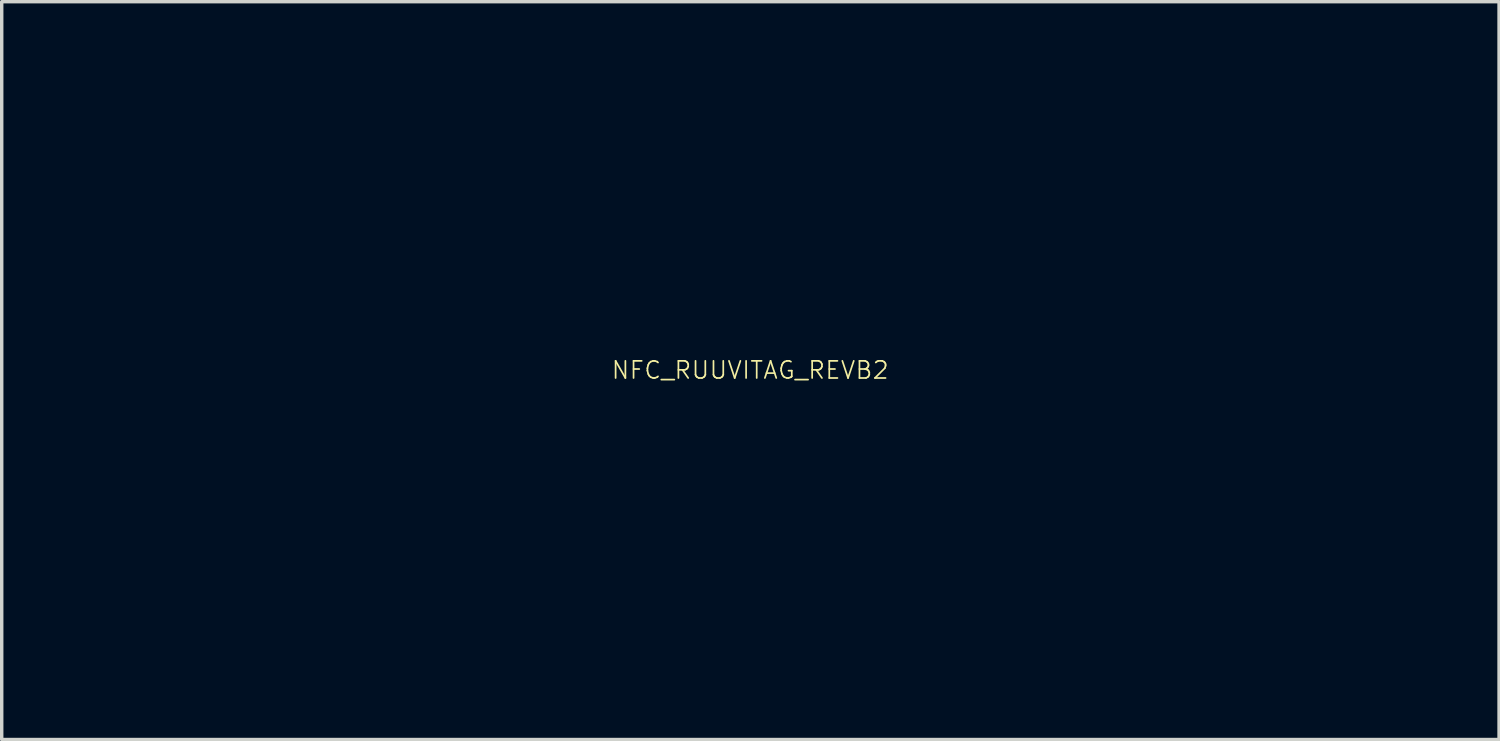
<source format=kicad_pcb>
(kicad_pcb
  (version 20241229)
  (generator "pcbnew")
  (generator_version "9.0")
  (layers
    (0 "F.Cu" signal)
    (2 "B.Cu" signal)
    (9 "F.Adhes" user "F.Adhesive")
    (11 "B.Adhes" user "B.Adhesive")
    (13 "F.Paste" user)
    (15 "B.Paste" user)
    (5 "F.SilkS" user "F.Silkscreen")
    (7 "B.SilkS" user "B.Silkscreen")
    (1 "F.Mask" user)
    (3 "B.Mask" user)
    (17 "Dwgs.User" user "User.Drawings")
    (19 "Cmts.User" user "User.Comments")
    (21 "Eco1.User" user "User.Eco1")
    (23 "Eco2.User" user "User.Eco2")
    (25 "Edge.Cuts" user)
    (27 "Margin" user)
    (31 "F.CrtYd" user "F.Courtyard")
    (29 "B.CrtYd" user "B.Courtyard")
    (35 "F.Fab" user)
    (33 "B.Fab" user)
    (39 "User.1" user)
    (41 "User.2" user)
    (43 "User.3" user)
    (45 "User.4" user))
  (footprint "NFC_RUUVITAG_REVB2"
    (layer "F.Cu")
    (at 18.85 7.756)
    (property "Reference" "NFC_RUUVITAG_REVB2" (at 0 0 0) (layer "F.SilkS") (effects (font (size 0.5 0.5) (thickness 0.05))))
    (attr through_hole)
    (fp_poly (pts (xy -11.728 -7.751) (xy -11.719 -7.74) (xy -11.698 -7.711) (xy -11.666 -7.665) (xy -11.625 -7.605) (xy -11.576 -7.534) (xy -11.522 -7.454) (xy -11.47 -7.376) (xy -11.315 -7.148) (xy -11.171 -6.939) (xy -11.033 -6.744) (xy -10.901 -6.562) (xy -10.771 -6.387) (xy -10.64 -6.217) (xy -10.507 -6.049) (xy -10.375 -5.886) (xy -9.973 -5.414) (xy -9.561 -4.963) (xy -9.138 -4.534) (xy -8.706 -4.126) (xy -8.265 -3.742) (xy -7.815 -3.381) (xy -7.607 -3.224) (xy -7.135 -2.888) (xy -6.657 -2.578) (xy -6.172 -2.291) (xy -5.682 -2.029) (xy -5.185 -1.792) (xy -4.68 -1.578) (xy -4.168 -1.388) (xy -3.648 -1.222) (xy -3.119 -1.08) (xy -2.581 -0.96) (xy -2.034 -0.864) (xy -1.67 -0.814) (xy -1.17 -0.762) (xy -0.659 -0.728) (xy -0.142 -0.713) (xy 0.375 -0.717) (xy 0.884 -0.739) (xy 1.124 -0.757) (xy 1.686 -0.815) (xy 2.238 -0.895) (xy 2.779 -0.999) (xy 3.311 -1.125) (xy 3.834 -1.275) (xy 4.349 -1.448) (xy 4.856 -1.644) (xy 5.355 -1.865) (xy 5.848 -2.109) (xy 6.335 -2.378) (xy 6.816 -2.671) (xy 7.292 -2.989) (xy 7.671 -3.262) (xy 7.891 -3.429) (xy 8.101 -3.595) (xy 8.303 -3.761) (xy 8.503 -3.933) (xy 8.703 -4.112) (xy 8.907 -4.304) (xy 9.12 -4.51) (xy 9.278 -4.666) (xy 9.535 -4.928) (xy 9.78 -5.188) (xy 10.014 -5.447) (xy 10.241 -5.709) (xy 10.463 -5.977) (xy 10.681 -6.254) (xy 10.899 -6.543) (xy 11.119 -6.848) (xy 11.343 -7.17) (xy 11.551 -7.477) (xy 11.609 -7.563) (xy 11.658 -7.635) (xy 11.699 -7.691) (xy 11.729 -7.729) (xy 11.748 -7.749) (xy 11.752 -7.75) (xy 11.765 -7.743) (xy 11.797 -7.722) (xy 11.849 -7.688) (xy 11.92 -7.643) (xy 12.007 -7.586) (xy 12.112 -7.519) (xy 12.231 -7.441) (xy 12.366 -7.354) (xy 12.514 -7.259) (xy 12.674 -7.155) (xy 12.847 -7.043) (xy 13.03 -6.925) (xy 13.223 -6.8) (xy 13.425 -6.67) (xy 13.634 -6.534) (xy 13.851 -6.394) (xy 14.073 -6.25) (xy 14.301 -6.103) (xy 14.533 -5.953) (xy 14.767 -5.802) (xy 15.004 -5.648) (xy 15.243 -5.494) (xy 15.481 -5.34) (xy 15.719 -5.187) (xy 15.955 -5.034) (xy 16.188 -4.883) (xy 16.418 -4.734) (xy 16.643 -4.589) (xy 16.863 -4.446) (xy 17.076 -4.308) (xy 17.282 -4.175) (xy 17.48 -4.047) (xy 17.668 -3.926) (xy 17.846 -3.81) (xy 18.013 -3.702) (xy 18.168 -3.602) (xy 18.31 -3.511) (xy 18.437 -3.428) (xy 18.55 -3.355) (xy 18.646 -3.293) (xy 18.726 -3.241) (xy 18.787 -3.201) (xy 18.83 -3.174) (xy 18.853 -3.159) (xy 18.857 -3.156) (xy 18.852 -3.145) (xy 18.833 -3.114) (xy 18.802 -3.065) (xy 18.761 -3.001) (xy 18.71 -2.923) (xy 18.65 -2.833) (xy 18.583 -2.732) (xy 18.509 -2.623) (xy 18.43 -2.506) (xy 18.41 -2.477) (xy 17.96 -1.832) (xy 17.499 -1.21) (xy 17.027 -0.609) (xy 16.543 -0.028) (xy 16.045 0.533) (xy 15.533 1.077) (xy 15.006 1.604) (xy 14.462 2.114) (xy 13.901 2.611) (xy 13.767 2.725) (xy 13.208 3.182) (xy 12.635 3.62) (xy 12.049 4.038) (xy 11.45 4.437) (xy 10.839 4.814) (xy 10.218 5.17) (xy 9.588 5.505) (xy 8.949 5.817) (xy 8.303 6.106) (xy 7.65 6.372) (xy 6.992 6.613) (xy 6.45 6.793) (xy 5.828 6.978) (xy 5.198 7.145) (xy 4.561 7.293) (xy 3.921 7.422) (xy 3.279 7.531) (xy 2.64 7.621) (xy 2.005 7.69) (xy 1.376 7.738) (xy 0.758 7.764) (xy 0.686 7.766) (xy 0.524 7.769) (xy 0.385 7.772) (xy 0.264 7.774) (xy 0.158 7.776) (xy 0.063 7.777) (xy -0.024 7.778) (xy -0.106 7.778) (xy -0.187 7.777) (xy -0.271 7.776) (xy -0.361 7.775) (xy -0.46 7.773) (xy -0.502 7.772) (xy -1.227 7.744) (xy -1.951 7.691) (xy -2.673 7.614) (xy -3.391 7.512) (xy -4.105 7.386) (xy -4.813 7.236) (xy -5.515 7.062) (xy -6.209 6.864) (xy -6.895 6.643) (xy -7.553 6.406) (xy -8.192 6.15) (xy -8.828 5.869) (xy -9.458 5.565) (xy -10.082 5.239) (xy -10.697 4.891) (xy -11.303 4.522) (xy -11.897 4.133) (xy -12.478 3.725) (xy -13.045 3.299) (xy -13.31 3.09) (xy -13.661 2.803) (xy -13.997 2.518) (xy -14.324 2.229) (xy -14.647 1.933) (xy -14.972 1.624) (xy -15.291 1.309) (xy -15.696 0.894) (xy -16.087 0.474) (xy -16.467 0.047) (xy -16.838 -0.39) (xy -17.202 -0.841) (xy -17.563 -1.309) (xy -17.922 -1.796) (xy -18.211 -2.203) (xy -18.259 -2.273) (xy -18.313 -2.351) (xy -18.372 -2.437) (xy -18.433 -2.527) (xy -18.495 -2.62) (xy -18.557 -2.712) (xy -18.617 -2.802) (xy -18.673 -2.887) (xy -18.724 -2.964) (xy -18.768 -3.031) (xy -18.803 -3.086) (xy -18.829 -3.127) (xy -18.843 -3.151) (xy -18.845 -3.156) (xy -18.834 -3.163) (xy -18.802 -3.183) (xy -18.751 -3.216) (xy -18.681 -3.261) (xy -18.593 -3.319) (xy -18.488 -3.387) (xy -18.366 -3.466) (xy -18.228 -3.555) (xy -18.076 -3.653) (xy -17.91 -3.761) (xy -17.73 -3.877) (xy -17.538 -4.002) (xy -17.334 -4.133) (xy -17.12 -4.272) (xy -16.895 -4.417) (xy -16.661 -4.569) (xy -16.419 -4.725) (xy -16.169 -4.887) (xy -15.913 -5.053) (xy -15.651 -5.222) (xy -15.507 -5.315) (xy -15.241 -5.487) (xy -14.98 -5.656) (xy -14.725 -5.821) (xy -14.478 -5.981) (xy -14.238 -6.136) (xy -14.006 -6.286) (xy -13.784 -6.43) (xy -13.572 -6.567) (xy -13.371 -6.697) (xy -13.182 -6.819) (xy -13.005 -6.934) (xy -12.842 -7.039) (xy -12.693 -7.136) (xy -12.56 -7.222) (xy -12.442 -7.298) (xy -12.341 -7.364) (xy -12.258 -7.418) (xy -12.193 -7.46) (xy -12.148 -7.489) (xy -12.122 -7.506) (xy -12.117 -7.509) (xy -12.085 -7.531) (xy -12.066 -7.539) (xy -12.056 -7.535) (xy -12.048 -7.523) (xy -12.035 -7.501) (xy -12.008 -7.461) (xy -11.972 -7.405) (xy -11.926 -7.337) (xy -11.874 -7.259) (xy -11.817 -7.174) (xy -11.757 -7.086) (xy -11.696 -6.995) (xy -11.635 -6.907) (xy -11.577 -6.822) (xy -11.524 -6.745) (xy -11.478 -6.678) (xy -11.439 -6.623) (xy -11.43 -6.61) (xy -11.047 -6.091) (xy -10.65 -5.592) (xy -10.241 -5.112) (xy -9.819 -4.653) (xy -9.385 -4.215) (xy -8.939 -3.798) (xy -8.483 -3.403) (xy -8.015 -3.03) (xy -7.538 -2.679) (xy -7.051 -2.352) (xy -6.82 -2.207) (xy -6.336 -1.924) (xy -5.847 -1.664) (xy -5.349 -1.427) (xy -4.84 -1.211) (xy -4.569 -1.107) (xy -4.065 -0.931) (xy -3.549 -0.778) (xy -3.022 -0.646) (xy -2.487 -0.536) (xy -1.944 -0.447) (xy -1.395 -0.381) (xy -0.842 -0.336) (xy -0.287 -0.313) (xy 0.27 -0.313) (xy 0.827 -0.334) (xy 1.382 -0.378) (xy 1.934 -0.444) (xy 2.48 -0.532) (xy 3.021 -0.643) (xy 3.554 -0.776) (xy 3.556 -0.776) (xy 4.08 -0.933) (xy 4.599 -1.114) (xy 5.113 -1.319) (xy 5.62 -1.548) (xy 6.121 -1.801) (xy 6.613 -2.077) (xy 7.096 -2.375) (xy 7.169 -2.423) (xy 7.655 -2.756) (xy 8.127 -3.108) (xy 8.587 -3.479) (xy 9.034 -3.871) (xy 9.469 -4.283) (xy 9.893 -4.717) (xy 10.306 -5.172) (xy 10.708 -5.649) (xy 11.101 -6.148) (xy 11.484 -6.671) (xy 11.728 -7.023) (xy 11.773 -7.089) (xy 11.813 -7.148) (xy 11.845 -7.196) (xy 11.869 -7.23) (xy 11.88 -7.248) (xy 11.882 -7.249) (xy 11.885 -7.248) (xy 11.894 -7.242) (xy 11.91 -7.232) (xy 11.934 -7.216) (xy 11.965 -7.196) (xy 12.005 -7.17) (xy 12.054 -7.138) (xy 12.112 -7.1) (xy 12.18 -7.055) (xy 12.259 -7.003) (xy 12.349 -6.943) (xy 12.45 -6.876) (xy 12.564 -6.801) (xy 12.69 -6.718) (xy 12.83 -6.625) (xy 12.983 -6.524) (xy 13.151 -6.413) (xy 13.333 -6.292) (xy 13.531 -6.161) (xy 13.744 -6.02) (xy 13.974 -5.867) (xy 14.221 -5.703) (xy 14.486 -5.528) (xy 14.768 -5.341) (xy 15.07 -5.141) (xy 15.39 -4.928) (xy 15.73 -4.703) (xy 16.09 -4.464) (xy 16.402 -4.257) (xy 16.548 -4.16) (xy 16.703 -4.058) (xy 16.862 -3.952) (xy 17.023 -3.845) (xy 17.182 -3.74) (xy 17.335 -3.639) (xy 17.478 -3.544) (xy 17.608 -3.458) (xy 17.721 -3.383) (xy 17.732 -3.375) (xy 18.288 -3.007) (xy 18.114 -2.751) (xy 17.74 -2.212) (xy 17.364 -1.695) (xy 16.985 -1.198) (xy 16.601 -0.718) (xy 16.21 -0.254) (xy 15.809 0.199) (xy 15.404 0.635) (xy 14.865 1.182) (xy 14.314 1.708) (xy 13.752 2.211) (xy 13.178 2.692) (xy 12.593 3.15) (xy 11.996 3.586) (xy 11.388 4) (xy 10.768 4.39) (xy 10.138 4.758) (xy 9.496 5.103) (xy 8.843 5.425) (xy 8.18 5.724) (xy 8.134 5.744) (xy 7.496 6.003) (xy 6.844 6.241) (xy 6.181 6.458) (xy 5.508 6.652) (xy 4.826 6.824) (xy 4.136 6.973) (xy 3.44 7.1) (xy 2.739 7.203) (xy 2.034 7.283) (xy 1.403 7.334) (xy 0.936 7.358) (xy 0.454 7.373) (xy -0.036 7.377) (xy -0.527 7.371) (xy -1.009 7.355) (xy -1.476 7.328) (xy -1.492 7.327) (xy -2.199 7.266) (xy -2.903 7.18) (xy -3.604 7.071) (xy -4.3 6.938) (xy -4.99 6.782) (xy -5.672 6.604) (xy -6.345 6.403) (xy -7.008 6.179) (xy -7.66 5.935) (xy -8.3 5.668) (xy -8.388 5.629) (xy -9.049 5.322) (xy -9.698 4.992) (xy -10.336 4.639) (xy -10.963 4.263) (xy -11.579 3.865) (xy -12.184 3.444) (xy -12.777 3) (xy -13.359 2.534) (xy -13.929 2.045) (xy -14.488 1.534) (xy -15.036 1) (xy -15.487 0.533) (xy -15.976 -0.00036) (xy -16.452 -0.553) (xy -16.917 -1.126) (xy -17.372 -1.721) (xy -17.817 -2.337) (xy -18.089 -2.732) (xy -18.275 -3.007) (xy -16.513 -4.175) (xy -16.296 -4.319) (xy -16.068 -4.47) (xy -15.833 -4.626) (xy -15.593 -4.785) (xy -15.35 -4.946) (xy -15.107 -5.108) (xy -14.866 -5.268) (xy -14.63 -5.424) (xy -14.4 -5.576) (xy -14.181 -5.722) (xy -13.973 -5.86) (xy -13.78 -5.988) (xy -13.603 -6.105) (xy -13.485 -6.183) (xy -13.323 -6.291) (xy -13.167 -6.394) (xy -13.018 -6.493) (xy -12.877 -6.586) (xy -12.746 -6.672) (xy -12.626 -6.751) (xy -12.519 -6.821) (xy -12.425 -6.883) (xy -12.347 -6.934) (xy -12.284 -6.975) (xy -12.239 -7.004) (xy -12.214 -7.02) (xy -12.207 -7.023) (xy -12.197 -7.013) (xy -12.175 -6.985) (xy -12.145 -6.943) (xy -12.108 -6.891) (xy -12.084 -6.855) (xy -11.752 -6.372) (xy -11.413 -5.909) (xy -11.063 -5.463) (xy -10.698 -5.03) (xy -10.316 -4.604) (xy -9.912 -4.183) (xy -9.83 -4.101) (xy -9.662 -3.933) (xy -9.506 -3.782) (xy -9.361 -3.643) (xy -9.222 -3.513) (xy -9.085 -3.39) (xy -8.948 -3.271) (xy -8.807 -3.151) (xy -8.658 -3.029) (xy -8.534 -2.929) (xy -8.056 -2.561) (xy -7.571 -2.217) (xy -7.08 -1.898) (xy -6.582 -1.603) (xy -6.077 -1.332) (xy -5.565 -1.085) (xy -5.045 -0.863) (xy -4.518 -0.664) (xy -3.982 -0.488) (xy -3.437 -0.336) (xy -2.884 -0.208) (xy -2.356 -0.108) (xy -2.039 -0.057) (xy -1.734 -0.016) (xy -1.436 0.018) (xy -1.138 0.045) (xy -0.833 0.064) (xy -0.517 0.078) (xy -0.21 0.085) (xy 0.371 0.083) (xy 0.941 0.059) (xy 1.502 0.012) (xy 2.058 -0.058) (xy 2.61 -0.15) (xy 3.161 -0.266) (xy 3.473 -0.343) (xy 4.012 -0.494) (xy 4.545 -0.669) (xy 5.071 -0.869) (xy 5.591 -1.092) (xy 6.103 -1.34) (xy 6.607 -1.611) (xy 7.104 -1.905) (xy 7.592 -2.223) (xy 8.072 -2.563) (xy 8.542 -2.926) (xy 9.004 -3.311) (xy 9.455 -3.719) (xy 9.896 -4.148) (xy 10.327 -4.599) (xy 10.747 -5.071) (xy 10.771 -5.099) (xy 10.967 -5.332) (xy 11.151 -5.558) (xy 11.327 -5.781) (xy 11.5 -6.009) (xy 11.674 -6.248) (xy 11.854 -6.502) (xy 11.867 -6.521) (xy 11.913 -6.586) (xy 11.953 -6.644) (xy 11.985 -6.691) (xy 12.009 -6.724) (xy 12.02 -6.74) (xy 12.021 -6.741) (xy 12.032 -6.735) (xy 12.062 -6.714) (xy 12.112 -6.681) (xy 12.18 -6.635) (xy 12.266 -6.577) (xy 12.368 -6.508) (xy 12.485 -6.429) (xy 12.617 -6.339) (xy 12.763 -6.24) (xy 12.921 -6.132) (xy 13.091 -6.016) (xy 13.273 -5.893) (xy 13.464 -5.763) (xy 13.664 -5.626) (xy 13.873 -5.484) (xy 14.089 -5.337) (xy 14.311 -5.186) (xy 14.524 -5.04) (xy 14.757 -4.882) (xy 14.986 -4.725) (xy 15.212 -4.572) (xy 15.432 -4.422) (xy 15.646 -4.276) (xy 15.853 -4.135) (xy 16.051 -3.999) (xy 16.24 -3.871) (xy 16.419 -3.749) (xy 16.586 -3.635) (xy 16.74 -3.53) (xy 16.88 -3.435) (xy 17.006 -3.349) (xy 17.115 -3.274) (xy 17.208 -3.211) (xy 17.283 -3.161) (xy 17.338 -3.123) (xy 17.363 -3.106) (xy 17.446 -3.05) (xy 17.521 -2.998) (xy 17.586 -2.953) (xy 17.639 -2.915) (xy 17.678 -2.887) (xy 17.7 -2.87) (xy 17.703 -2.867) (xy 17.696 -2.853) (xy 17.676 -2.821) (xy 17.643 -2.772) (xy 17.601 -2.71) (xy 17.549 -2.635) (xy 17.49 -2.551) (xy 17.425 -2.459) (xy 17.355 -2.362) (xy 17.283 -2.261) (xy 17.223 -2.178) (xy 16.763 -1.563) (xy 16.286 -0.966) (xy 15.794 -0.386) (xy 15.287 0.174) (xy 14.766 0.716) (xy 14.232 1.237) (xy 13.684 1.739) (xy 13.124 2.219) (xy 12.553 2.677) (xy 11.97 3.114) (xy 11.443 3.482) (xy 10.835 3.879) (xy 10.218 4.252) (xy 9.593 4.601) (xy 8.959 4.927) (xy 8.315 5.228) (xy 7.663 5.506) (xy 7.002 5.76) (xy 6.332 5.99) (xy 5.653 6.197) (xy 4.964 6.379) (xy 4.267 6.539) (xy 3.56 6.674) (xy 2.972 6.768) (xy 2.451 6.836) (xy 1.929 6.891) (xy 1.402 6.932) (xy 0.865 6.959) (xy 0.316 6.973) (xy -0.25 6.973) (xy -0.457 6.97) (xy -1.165 6.945) (xy -1.873 6.895) (xy -2.58 6.819) (xy -3.283 6.719) (xy -3.984 6.594) (xy -4.68 6.445) (xy -5.37 6.272) (xy -6.054 6.075) (xy -6.73 5.854) (xy -7.36 5.624) (xy -7.728 5.477) (xy -8.109 5.314) (xy -8.497 5.139) (xy -8.888 4.953) (xy -9.276 4.759) (xy -9.656 4.56) (xy -10.022 4.358) (xy -10.065 4.333) (xy -10.684 3.966) (xy -11.292 3.575) (xy -11.89 3.161) (xy -12.477 2.726) (xy -13.052 2.268) (xy -13.615 1.789) (xy -14.166 1.289) (xy -14.703 0.768) (xy -15.227 0.226) (xy -15.737 -0.335) (xy -15.937 -0.565) (xy -16.188 -0.862) (xy -16.43 -1.157) (xy -16.666 -1.453) (xy -16.899 -1.757) (xy -17.133 -2.072) (xy -17.372 -2.403) (xy -17.513 -2.602) (xy -17.57 -2.683) (xy -17.613 -2.747) (xy -17.645 -2.795) (xy -17.665 -2.829) (xy -17.677 -2.853) (xy -17.68 -2.868) (xy -17.677 -2.876) (xy -17.677 -2.877) (xy -17.665 -2.885) (xy -17.633 -2.907) (xy -17.582 -2.942) (xy -17.514 -2.989) (xy -17.429 -3.048) (xy -17.329 -3.117) (xy -17.214 -3.195) (xy -17.085 -3.283) (xy -16.944 -3.379) (xy -16.792 -3.483) (xy -16.63 -3.594) (xy -16.459 -3.711) (xy -16.28 -3.834) (xy -16.094 -3.961) (xy -15.902 -4.092) (xy -15.705 -4.226) (xy -15.504 -4.363) (xy -15.301 -4.502) (xy -15.097 -4.641) (xy -14.892 -4.781) (xy -14.687 -4.92) (xy -14.485 -5.059) (xy -14.285 -5.195) (xy -14.089 -5.329) (xy -13.898 -5.459) (xy -13.713 -5.585) (xy -13.535 -5.706) (xy -13.365 -5.821) (xy -13.205 -5.931) (xy -13.055 -6.033) (xy -12.916 -6.127) (xy -12.79 -6.213) (xy -12.678 -6.289) (xy -12.58 -6.355) (xy -12.498 -6.411) (xy -12.433 -6.455) (xy -12.386 -6.487) (xy -12.358 -6.506) (xy -12.35 -6.511) (xy -12.335 -6.504) (xy -12.314 -6.481) (xy -12.3 -6.462) (xy -12.254 -6.394) (xy -12.196 -6.309) (xy -12.127 -6.212) (xy -12.051 -6.105) (xy -11.97 -5.993) (xy -11.886 -5.879) (xy -11.803 -5.766) (xy -11.779 -5.734) (xy -11.443 -5.299) (xy -11.09 -4.871) (xy -10.723 -4.452) (xy -10.344 -4.047) (xy -9.956 -3.656) (xy -9.562 -3.283) (xy -9.163 -2.93) (xy -8.776 -2.61) (xy -8.286 -2.235) (xy -7.79 -1.884) (xy -7.287 -1.558) (xy -6.778 -1.256) (xy -6.261 -0.978) (xy -5.738 -0.725) (xy -5.208 -0.497) (xy -4.671 -0.292) (xy -4.126 -0.112) (xy -3.575 0.044) (xy -3.016 0.175) (xy -2.655 0.247) (xy -2.231 0.319) (xy -1.817 0.378) (xy -1.408 0.423) (xy -0.996 0.456) (xy -0.577 0.476) (xy -0.143 0.486) (xy 0.019 0.486) (xy 0.627 0.474) (xy 1.226 0.438) (xy 1.816 0.378) (xy 2.397 0.295) (xy 2.97 0.188) (xy 3.534 0.057) (xy 4.089 -0.098) (xy 4.637 -0.277) (xy 5.177 -0.48) (xy 5.709 -0.707) (xy 6.234 -0.959) (xy 6.751 -1.234) (xy 7.106 -1.439) (xy 7.618 -1.759) (xy 8.119 -2.103) (xy 8.611 -2.47) (xy 9.091 -2.859) (xy 9.561 -3.271) (xy 10.02 -3.705) (xy 10.467 -4.161) (xy 10.902 -4.639) (xy 11.326 -5.138) (xy 11.449 -5.29) (xy 11.511 -5.369) (xy 11.584 -5.462) (xy 11.663 -5.565) (xy 11.745 -5.673) (xy 11.827 -5.781) (xy 11.905 -5.887) (xy 11.977 -5.985) (xy 12.04 -6.071) (xy 12.083 -6.131) (xy 12.122 -6.184) (xy 12.149 -6.216) (xy 12.167 -6.226) (xy 12.171 -6.225) (xy 12.183 -6.217) (xy 12.216 -6.194) (xy 12.268 -6.157) (xy 12.34 -6.106) (xy 12.43 -6.042) (xy 12.539 -5.965) (xy 12.667 -5.876) (xy 12.811 -5.774) (xy 12.973 -5.66) (xy 13.152 -5.535) (xy 13.347 -5.398) (xy 13.557 -5.25) (xy 13.783 -5.091) (xy 14.024 -4.921) (xy 14.279 -4.742) (xy 14.548 -4.553) (xy 14.83 -4.354) (xy 15.126 -4.147) (xy 15.434 -3.93) (xy 15.754 -3.705) (xy 16.086 -3.472) (xy 16.307 -3.317) (xy 16.432 -3.229) (xy 16.552 -3.145) (xy 16.664 -3.066) (xy 16.767 -2.993) (xy 16.86 -2.928) (xy 16.94 -2.871) (xy 17.006 -2.824) (xy 17.057 -2.789) (xy 17.09 -2.765) (xy 17.103 -2.755) (xy 17.131 -2.734) (xy 16.944 -2.475) (xy 16.483 -1.856) (xy 16.007 -1.257) (xy 15.518 -0.678) (xy 15.014 -0.118) (xy 14.497 0.421) (xy 13.967 0.939) (xy 13.424 1.436) (xy 12.869 1.913) (xy 12.301 2.367) (xy 11.722 2.8) (xy 11.132 3.21) (xy 10.531 3.598) (xy 9.919 3.962) (xy 9.294 4.306) (xy 8.663 4.625) (xy 8.024 4.919) (xy 7.378 5.19) (xy 6.724 5.436) (xy 6.062 5.658) (xy 5.391 5.856) (xy 4.712 6.031) (xy 4.024 6.182) (xy 3.327 6.309) (xy 3.315 6.311) (xy 2.845 6.383) (xy 2.385 6.442) (xy 1.927 6.49) (xy 1.466 6.527) (xy 0.996 6.554) (xy 0.511 6.57) (xy 0.267 6.574) (xy -0.456 6.572) (xy -1.173 6.544) (xy -1.885 6.492) (xy -2.591 6.415) (xy -3.292 6.314) (xy -3.988 6.187) (xy -4.679 6.036) (xy -5.366 5.86) (xy -6.047 5.658) (xy -6.293 5.579) (xy -6.947 5.351) (xy -7.594 5.098) (xy -8.233 4.822) (xy -8.863 4.522) (xy -9.485 4.199) (xy -10.097 3.853) (xy -10.7 3.484) (xy -11.292 3.092) (xy -11.875 2.679) (xy -12.446 2.243) (xy -13.007 1.785) (xy -13.557 1.305) (xy -14.094 0.805) (xy -14.62 0.283) (xy -15.133 -0.26) (xy -15.607 -0.793) (xy -16.036 -1.305) (xy -16.459 -1.84) (xy -16.877 -2.398) (xy -16.946 -2.494) (xy -17.119 -2.734) (xy -17.091 -2.755) (xy -17.072 -2.769) (xy -17.035 -2.796) (xy -16.979 -2.835) (xy -16.906 -2.887) (xy -16.818 -2.949) (xy -16.715 -3.022) (xy -16.598 -3.104) (xy -16.469 -3.195) (xy -16.329 -3.293) (xy -16.179 -3.399) (xy -16.02 -3.511) (xy -15.853 -3.628) (xy -15.679 -3.75) (xy -15.5 -3.876) (xy -15.317 -4.005) (xy -15.13 -4.136) (xy -14.941 -4.268) (xy -14.751 -4.402) (xy -14.562 -4.535) (xy -14.373 -4.667) (xy -14.188 -4.797) (xy -14.005 -4.925) (xy -13.828 -5.049) (xy -13.657 -5.169) (xy -13.492 -5.284) (xy -13.336 -5.394) (xy -13.189 -5.497) (xy -13.052 -5.592) (xy -12.928 -5.679) (xy -12.816 -5.758) (xy -12.717 -5.826) (xy -12.634 -5.884) (xy -12.567 -5.931) (xy -12.517 -5.965) (xy -12.486 -5.987) (xy -12.474 -5.994) (xy -12.474 -5.994) (xy -12.463 -5.985) (xy -12.44 -5.958) (xy -12.411 -5.92) (xy -12.389 -5.89) (xy -12.058 -5.44) (xy -11.711 -4.996) (xy -11.349 -4.562) (xy -10.976 -4.139) (xy -10.593 -3.73) (xy -10.203 -3.338) (xy -9.808 -2.966) (xy -9.411 -2.617) (xy -9.369 -2.581) (xy -8.88 -2.184) (xy -8.383 -1.811) (xy -7.879 -1.462) (xy -7.367 -1.138) (xy -6.847 -0.837) (xy -6.319 -0.561) (xy -5.783 -0.309) (xy -5.24 -0.081) (xy -4.688 0.123) (xy -4.129 0.303) (xy -3.562 0.459) (xy -2.986 0.59) (xy -2.403 0.698) (xy -1.812 0.781) (xy -1.321 0.831) (xy -0.965 0.857) (xy -0.599 0.875) (xy -0.228 0.885) (xy 0.141 0.887) (xy 0.502 0.881) (xy 0.851 0.867) (xy 1.111 0.85) (xy 1.718 0.792) (xy 2.314 0.711) (xy 2.899 0.607) (xy 3.473 0.481) (xy 4.038 0.332) (xy 4.593 0.159) (xy 5.139 -0.036) (xy 5.677 -0.256) (xy 6.207 -0.499) (xy 6.73 -0.766) (xy 7.246 -1.057) (xy 7.755 -1.373) (xy 8.258 -1.713) (xy 8.756 -2.078) (xy 8.816 -2.124) (xy 9.246 -2.468) (xy 9.673 -2.835) (xy 10.094 -3.224) (xy 10.508 -3.631) (xy 10.913 -4.055) (xy 11.305 -4.494) (xy 11.684 -4.946) (xy 12.046 -5.408) (xy 12.072 -5.442) (xy 12.126 -5.513) (xy 12.176 -5.577) (xy 12.219 -5.632) (xy 12.253 -5.673) (xy 12.276 -5.7) (xy 12.285 -5.709) (xy 12.297 -5.701) (xy 12.327 -5.68) (xy 12.376 -5.645) (xy 12.442 -5.598) (xy 12.524 -5.54) (xy 12.62 -5.47) (xy 12.73 -5.391) (xy 12.852 -5.303) (xy 12.985 -5.206) (xy 13.129 -5.103) (xy 13.281 -4.993) (xy 13.441 -4.877) (xy 13.607 -4.756) (xy 13.779 -4.632) (xy 13.955 -4.505) (xy 14.133 -4.375) (xy 14.314 -4.244) (xy 14.495 -4.112) (xy 14.676 -3.981) (xy 14.855 -3.851) (xy 15.032 -3.722) (xy 15.204 -3.597) (xy 15.371 -3.476) (xy 15.532 -3.359) (xy 15.685 -3.247) (xy 15.83 -3.142) (xy 15.964 -3.044) (xy 16.088 -2.953) (xy 16.199 -2.872) (xy 16.298 -2.8) (xy 16.381 -2.739) (xy 16.449 -2.689) (xy 16.5 -2.651) (xy 16.533 -2.626) (xy 16.547 -2.615) (xy 16.547 -2.615) (xy 16.54 -2.602) (xy 16.519 -2.572) (xy 16.487 -2.526) (xy 16.445 -2.468) (xy 16.394 -2.4) (xy 16.338 -2.324) (xy 16.277 -2.244) (xy 16.214 -2.16) (xy 16.15 -2.077) (xy 16.088 -1.996) (xy 16.028 -1.92) (xy 16.017 -1.906) (xy 15.556 -1.337) (xy 15.08 -0.785) (xy 14.589 -0.251) (xy 14.085 0.265) (xy 13.568 0.763) (xy 13.039 1.24) (xy 12.499 1.697) (xy 11.949 2.132) (xy 11.39 2.546) (xy 10.823 2.936) (xy 10.248 3.303) (xy 10.16 3.356) (xy 9.543 3.716) (xy 8.918 4.051) (xy 8.283 4.363) (xy 7.772 4.594) (xy 7.15 4.851) (xy 6.517 5.086) (xy 5.872 5.299) (xy 5.219 5.489) (xy 4.556 5.656) (xy 3.886 5.8) (xy 3.209 5.921) (xy 2.527 6.019) (xy 1.839 6.094) (xy 1.148 6.145) (xy 0.454 6.173) (xy -0.242 6.177) (xy -0.939 6.156) (xy -1.636 6.112) (xy -1.683 6.108) (xy -2.386 6.037) (xy -3.084 5.941) (xy -3.777 5.82) (xy -4.466 5.674) (xy -5.15 5.503) (xy -5.831 5.307) (xy -5.956 5.268) (xy -6.59 5.056) (xy -7.22 4.819) (xy -7.844 4.558) (xy -8.461 4.273) (xy -9.072 3.965) (xy -9.674 3.635) (xy -10.268 3.282) (xy -10.851 2.908) (xy -11.424 2.512) (xy -11.985 2.096) (xy -12.534 1.659) (xy -12.687 1.532) (xy -13.258 1.036) (xy -13.813 0.52) (xy -14.351 -0.014) (xy -14.873 -0.568) (xy -15.379 -1.142) (xy -15.869 -1.735) (xy -16.304 -2.296) (xy -16.37 -2.384) (xy -16.421 -2.454) (xy -16.461 -2.507) (xy -16.489 -2.548) (xy -16.508 -2.577) (xy -16.519 -2.598) (xy -16.523 -2.611) (xy -16.521 -2.621) (xy -16.516 -2.628) (xy -16.514 -2.629) (xy -16.503 -2.638) (xy -16.472 -2.661) (xy -16.422 -2.697) (xy -16.356 -2.745) (xy -16.275 -2.805) (xy -16.179 -2.875) (xy -16.07 -2.955) (xy -15.948 -3.043) (xy -15.816 -3.14) (xy -15.675 -3.243) (xy -15.525 -3.352) (xy -15.369 -3.466) (xy -15.206 -3.585) (xy -15.039 -3.706) (xy -14.868 -3.831) (xy -14.695 -3.956) (xy -14.522 -4.083) (xy -14.348 -4.209) (xy -14.177 -4.334) (xy -14.007 -4.457) (xy -13.842 -4.577) (xy -13.682 -4.693) (xy -13.529 -4.805) (xy -13.383 -4.911) (xy -13.246 -5.01) (xy -13.119 -5.103) (xy -13.004 -5.186) (xy -12.901 -5.261) (xy -12.812 -5.326) (xy -12.738 -5.379) (xy -12.68 -5.421) (xy -12.652 -5.441) (xy -12.592 -5.484) (xy -12.415 -5.247) (xy -12.078 -4.812) (xy -11.721 -4.378) (xy -11.347 -3.951) (xy -10.96 -3.534) (xy -10.563 -3.131) (xy -10.159 -2.745) (xy -9.753 -2.381) (xy -9.715 -2.348) (xy -9.243 -1.957) (xy -8.758 -1.586) (xy -8.262 -1.235) (xy -7.755 -0.906) (xy -7.238 -0.598) (xy -6.714 -0.313) (xy -6.182 -0.05) (xy -5.643 0.188) (xy -5.099 0.403) (xy -4.889 0.478) (xy -4.339 0.659) (xy -3.778 0.816) (xy -3.208 0.951) (xy -2.63 1.064) (xy -2.046 1.154) (xy -1.456 1.221) (xy -0.864 1.266) (xy -0.269 1.288) (xy 0.328 1.287) (xy 0.923 1.263) (xy 1.517 1.216) (xy 2.108 1.147) (xy 2.694 1.054) (xy 3.274 0.939) (xy 3.847 0.8) (xy 4.152 0.716) (xy 4.716 0.541) (xy 5.272 0.341) (xy 5.822 0.117) (xy 6.364 -0.131) (xy 6.899 -0.403) (xy 7.426 -0.699) (xy 7.945 -1.019) (xy 8.456 -1.362) (xy 8.958 -1.728) (xy 9.451 -2.118) (xy 9.935 -2.53) (xy 10.128 -2.704) (xy 10.206 -2.776) (xy 10.297 -2.862) (xy 10.399 -2.961) (xy 10.508 -3.067) (xy 10.621 -3.179) (xy 10.734 -3.292) (xy 10.845 -3.403) (xy 10.949 -3.509) (xy 11.043 -3.606) (xy 11.125 -3.692) (xy 11.167 -3.738) (xy 11.383 -3.976) (xy 11.603 -4.227) (xy 11.819 -4.482) (xy 12.028 -4.735) (xy 12.217 -4.972) (xy 12.267 -5.035) (xy 12.313 -5.091) (xy 12.352 -5.137) (xy 12.381 -5.169) (xy 12.399 -5.185) (xy 12.402 -5.186) (xy 12.414 -5.179) (xy 12.444 -5.157) (xy 12.493 -5.121) (xy 12.558 -5.073) (xy 12.638 -5.014) (xy 12.732 -4.944) (xy 12.839 -4.864) (xy 12.957 -4.776) (xy 13.085 -4.68) (xy 13.223 -4.577) (xy 13.367 -4.468) (xy 13.519 -4.354) (xy 13.675 -4.237) (xy 13.836 -4.116) (xy 13.999 -3.993) (xy 14.163 -3.869) (xy 14.328 -3.745) (xy 14.492 -3.622) (xy 14.653 -3.5) (xy 14.81 -3.382) (xy 14.963 -3.266) (xy 15.109 -3.155) (xy 15.249 -3.05) (xy 15.379 -2.951) (xy 15.5 -2.859) (xy 15.609 -2.776) (xy 15.707 -2.702) (xy 15.79 -2.638) (xy 15.859 -2.585) (xy 15.911 -2.545) (xy 15.946 -2.517) (xy 15.963 -2.504) (xy 15.964 -2.502) (xy 15.957 -2.489) (xy 15.936 -2.46) (xy 15.905 -2.417) (xy 15.866 -2.365) (xy 15.828 -2.316) (xy 15.377 -1.748) (xy 14.91 -1.197) (xy 14.427 -0.662) (xy 13.93 -0.145) (xy 13.42 0.353) (xy 12.898 0.832) (xy 12.363 1.29) (xy 11.819 1.728) (xy 11.264 2.143) (xy 10.701 2.536) (xy 10.16 2.885) (xy 9.64 3.199) (xy 9.11 3.496) (xy 8.574 3.776) (xy 8.035 4.037) (xy 7.496 4.277) (xy 6.96 4.495) (xy 6.775 4.565) (xy 6.116 4.798) (xy 5.452 5.006) (xy 4.783 5.189) (xy 4.109 5.347) (xy 3.431 5.481) (xy 2.746 5.589) (xy 2.057 5.673) (xy 1.361 5.732) (xy 0.66 5.766) (xy -0.047 5.776) (xy -0.248 5.774) (xy -0.855 5.758) (xy -1.447 5.725) (xy -2.027 5.675) (xy -2.6 5.608) (xy -3.168 5.523) (xy -3.594 5.448) (xy -4.274 5.308) (xy -4.942 5.145) (xy -5.6 4.959) (xy -6.247 4.751) (xy -6.885 4.52) (xy -7.514 4.265) (xy -8.134 3.986) (xy -8.747 3.684) (xy -9.352 3.358) (xy -9.95 3.007) (xy -10.543 2.632) (xy -10.643 2.566) (xy -11.205 2.177) (xy -11.76 1.764) (xy -12.305 1.329) (xy -12.84 0.873) (xy -13.363 0.396) (xy -13.874 -0.101) (xy -14.372 -0.616) (xy -14.855 -1.148) (xy -15.323 -1.698) (xy -15.664 -2.121) (xy -15.74 -2.217) (xy -15.801 -2.296) (xy -15.85 -2.359) (xy -15.887 -2.408) (xy -15.914 -2.444) (xy -15.931 -2.471) (xy -15.942 -2.49) (xy -15.946 -2.502) (xy -15.945 -2.511) (xy -15.94 -2.517) (xy -15.937 -2.52) (xy -15.924 -2.531) (xy -15.892 -2.556) (xy -15.842 -2.594) (xy -15.776 -2.644) (xy -15.696 -2.705) (xy -15.602 -2.776) (xy -15.495 -2.856) (xy -15.378 -2.945) (xy -15.251 -3.041) (xy -15.116 -3.143) (xy -14.974 -3.25) (xy -14.826 -3.361) (xy -14.674 -3.475) (xy -14.519 -3.592) (xy -14.363 -3.71) (xy -14.206 -3.828) (xy -14.05 -3.945) (xy -13.896 -4.061) (xy -13.746 -4.173) (xy -13.601 -4.283) (xy -13.462 -4.387) (xy -13.33 -4.485) (xy -13.208 -4.577) (xy -13.095 -4.662) (xy -12.994 -4.737) (xy -12.906 -4.803) (xy -12.832 -4.858) (xy -12.773 -4.902) (xy -12.732 -4.932) (xy -12.708 -4.95) (xy -12.703 -4.953) (xy -12.691 -4.943) (xy -12.669 -4.918) (xy -12.64 -4.881) (xy -12.624 -4.861) (xy -12.569 -4.789) (xy -12.501 -4.701) (xy -12.423 -4.603) (xy -12.337 -4.497) (xy -12.248 -4.387) (xy -12.159 -4.278) (xy -12.071 -4.173) (xy -11.99 -4.077) (xy -11.963 -4.045) (xy -11.514 -3.539) (xy -11.055 -3.056) (xy -10.586 -2.596) (xy -10.107 -2.16) (xy -9.618 -1.746) (xy -9.118 -1.355) (xy -8.607 -0.987) (xy -8.086 -0.641) (xy -7.553 -0.317) (xy -7.009 -0.016) (xy -6.706 0.14) (xy -6.177 0.392) (xy -5.644 0.621) (xy -5.105 0.827) (xy -4.559 1.01) (xy -4.005 1.171) (xy -3.441 1.31) (xy -2.868 1.428) (xy -2.283 1.524) (xy -1.686 1.599) (xy -1.076 1.652) (xy -0.641 1.678) (xy -0.541 1.681) (xy -0.42 1.684) (xy -0.284 1.686) (xy -0.136 1.686) (xy 0.019 1.686) (xy 0.177 1.685) (xy 0.335 1.683) (xy 0.487 1.681) (xy 0.63 1.678) (xy 0.76 1.673) (xy 0.872 1.669) (xy 0.953 1.664) (xy 1.461 1.623) (xy 1.949 1.57) (xy 2.422 1.505) (xy 2.882 1.428) (xy 3.333 1.337) (xy 3.777 1.232) (xy 4.22 1.112) (xy 4.664 0.977) (xy 4.832 0.922) (xy 5.139 0.816) (xy 5.43 0.709) (xy 5.711 0.599) (xy 5.988 0.482) (xy 6.267 0.356) (xy 6.554 0.22) (xy 6.826 0.084) (xy 7.329 -0.184) (xy 7.819 -0.469) (xy 8.299 -0.771) (xy 8.771 -1.094) (xy 9.236 -1.437) (xy 9.697 -1.803) (xy 10.156 -2.192) (xy 10.255 -2.28) (xy 10.405 -2.416) (xy 10.567 -2.568) (xy 10.738 -2.733) (xy 10.915 -2.908) (xy 11.093 -3.088) (xy 11.27 -3.27) (xy 11.443 -3.451) (xy 11.607 -3.628) (xy 11.759 -3.796) (xy 11.799 -3.842) (xy 11.852 -3.903) (xy 11.915 -3.975) (xy 11.984 -4.056) (xy 12.057 -4.143) (xy 12.131 -4.231) (xy 12.204 -4.318) (xy 12.272 -4.401) (xy 12.333 -4.475) (xy 12.385 -4.539) (xy 12.424 -4.588) (xy 12.439 -4.607) (xy 12.466 -4.641) (xy 12.487 -4.665) (xy 12.497 -4.674) (xy 12.507 -4.666) (xy 12.536 -4.644) (xy 12.583 -4.608) (xy 12.645 -4.56) (xy 12.722 -4.5) (xy 12.812 -4.43) (xy 12.914 -4.351) (xy 13.026 -4.263) (xy 13.147 -4.168) (xy 13.276 -4.068) (xy 13.412 -3.962) (xy 13.552 -3.852) (xy 13.696 -3.74) (xy 13.842 -3.626) (xy 13.989 -3.511) (xy 14.136 -3.396) (xy 14.28 -3.283) (xy 14.422 -3.172) (xy 14.559 -3.065) (xy 14.69 -2.962) (xy 14.814 -2.865) (xy 14.929 -2.775) (xy 15.034 -2.692) (xy 15.127 -2.619) (xy 15.208 -2.555) (xy 15.275 -2.502) (xy 15.326 -2.462) (xy 15.36 -2.434) (xy 15.376 -2.421) (xy 15.377 -2.42) (xy 15.38 -2.412) (xy 15.376 -2.397) (xy 15.362 -2.374) (xy 15.338 -2.339) (xy 15.302 -2.292) (xy 15.252 -2.229) (xy 15.2 -2.164) (xy 14.989 -1.905) (xy 14.771 -1.647) (xy 14.556 -1.398) (xy 14.504 -1.34) (xy 14.245 -1.053) (xy 13.969 -0.759) (xy 13.681 -0.463) (xy 13.387 -0.172) (xy 13.093 0.111) (xy 12.804 0.379) (xy 12.725 0.451) (xy 12.195 0.911) (xy 11.652 1.351) (xy 11.098 1.77) (xy 10.532 2.167) (xy 9.956 2.541) (xy 9.37 2.894) (xy 8.775 3.224) (xy 8.171 3.531) (xy 7.559 3.814) (xy 6.94 4.074) (xy 6.313 4.309) (xy 5.798 4.484) (xy 5.146 4.679) (xy 4.486 4.851) (xy 3.82 4.998) (xy 3.147 5.122) (xy 2.47 5.221) (xy 1.788 5.297) (xy 1.104 5.348) (xy 0.417 5.374) (xy -0.272 5.377) (xy -0.961 5.354) (xy -1.649 5.308) (xy -2.337 5.236) (xy -3.022 5.14) (xy -3.239 5.105) (xy -3.912 4.978) (xy -4.577 4.826) (xy -5.234 4.651) (xy -5.883 4.452) (xy -6.524 4.228) (xy -7.155 3.981) (xy -7.779 3.711) (xy -8.393 3.416) (xy -8.998 3.098) (xy -9.594 2.757) (xy -10.181 2.392) (xy -10.758 2.004) (xy -11.325 1.593) (xy -11.882 1.159) (xy -12.429 0.701) (xy -12.446 0.687) (xy -12.907 0.275) (xy -13.364 -0.159) (xy -13.814 -0.61) (xy -14.253 -1.076) (xy -14.677 -1.551) (xy -15.083 -2.033) (xy -15.219 -2.202) (xy -15.274 -2.271) (xy -15.314 -2.322) (xy -15.342 -2.359) (xy -15.359 -2.385) (xy -15.366 -2.402) (xy -15.367 -2.414) (xy -15.362 -2.422) (xy -15.358 -2.426) (xy -15.346 -2.437) (xy -15.314 -2.462) (xy -15.265 -2.501) (xy -15.2 -2.552) (xy -15.119 -2.616) (xy -15.024 -2.69) (xy -14.917 -2.774) (xy -14.799 -2.867) (xy -14.67 -2.968) (xy -14.532 -3.076) (xy -14.386 -3.191) (xy -14.234 -3.31) (xy -14.076 -3.433) (xy -14.067 -3.44) (xy -12.799 -4.432) (xy -12.618 -4.207) (xy -12.388 -3.926) (xy -12.156 -3.655) (xy -11.919 -3.389) (xy -11.673 -3.123) (xy -11.411 -2.852) (xy -11.246 -2.685) (xy -11.154 -2.594) (xy -11.059 -2.5) (xy -10.964 -2.407) (xy -10.873 -2.319) (xy -10.789 -2.238) (xy -10.715 -2.168) (xy -10.655 -2.112) (xy -10.643 -2.101) (xy -10.144 -1.664) (xy -9.638 -1.252) (xy -9.124 -0.863) (xy -8.601 -0.499) (xy -8.07 -0.159) (xy -7.531 0.158) (xy -6.983 0.45) (xy -6.427 0.719) (xy -5.863 0.963) (xy -5.291 1.183) (xy -4.71 1.38) (xy -4.12 1.553) (xy -3.523 1.701) (xy -2.916 1.826) (xy -2.302 1.927) (xy -1.679 2.004) (xy -1.308 2.038) (xy -0.798 2.07) (xy -0.277 2.087) (xy 0.247 2.088) (xy 0.766 2.072) (xy 1.273 2.041) (xy 1.321 2.038) (xy 1.95 1.974) (xy 2.57 1.887) (xy 3.18 1.777) (xy 3.782 1.643) (xy 4.374 1.485) (xy 4.958 1.303) (xy 5.534 1.098) (xy 6.101 0.868) (xy 6.66 0.615) (xy 7.212 0.337) (xy 7.696 0.07) (xy 8.232 -0.253) (xy 8.76 -0.599) (xy 9.278 -0.969) (xy 9.786 -1.36) (xy 10.282 -1.773) (xy 10.767 -2.207) (xy 11.24 -2.661) (xy 11.699 -3.135) (xy 12.144 -3.628) (xy 12.433 -3.966) (xy 12.482 -4.023) (xy 12.525 -4.071) (xy 12.56 -4.108) (xy 12.584 -4.13) (xy 12.594 -4.135) (xy 12.606 -4.126) (xy 12.636 -4.102) (xy 12.683 -4.065) (xy 12.746 -4.014) (xy 12.824 -3.951) (xy 12.915 -3.878) (xy 13.019 -3.794) (xy 13.133 -3.702) (xy 13.256 -3.602) (xy 13.388 -3.495) (xy 13.527 -3.382) (xy 13.671 -3.264) (xy 13.712 -3.231) (xy 13.858 -3.112) (xy 13.998 -2.998) (xy 14.131 -2.89) (xy 14.256 -2.788) (xy 14.372 -2.694) (xy 14.477 -2.608) (xy 14.571 -2.532) (xy 14.651 -2.466) (xy 14.717 -2.413) (xy 14.768 -2.371) (xy 14.801 -2.344) (xy 14.817 -2.331) (xy 14.818 -2.331) (xy 14.811 -2.32) (xy 14.79 -2.293) (xy 14.757 -2.252) (xy 14.713 -2.2) (xy 14.662 -2.138) (xy 14.605 -2.069) (xy 14.543 -1.997) (xy 14.481 -1.923) (xy 14.418 -1.85) (xy 14.358 -1.781) (xy 14.304 -1.718) (xy 14.301 -1.715) (xy 13.911 -1.282) (xy 13.506 -0.856) (xy 13.091 -0.441) (xy 12.669 -0.04) (xy 12.244 0.342) (xy 11.97 0.578) (xy 11.426 1.02) (xy 10.871 1.44) (xy 10.304 1.838) (xy 9.724 2.215) (xy 9.354 2.441) (xy 9.016 2.636) (xy 8.66 2.83) (xy 8.291 3.022) (xy 7.916 3.207) (xy 7.541 3.383) (xy 7.173 3.546) (xy 6.934 3.646) (xy 6.323 3.882) (xy 5.702 4.095) (xy 5.071 4.285) (xy 4.432 4.453) (xy 3.786 4.597) (xy 3.134 4.718) (xy 2.476 4.817) (xy 1.815 4.892) (xy 1.15 4.943) (xy 0.483 4.972) (xy -0.186 4.977) (xy -0.854 4.959) (xy -1.521 4.917) (xy -2.187 4.852) (xy -2.85 4.763) (xy -3.508 4.65) (xy -4.162 4.514) (xy -4.782 4.361) (xy -5.425 4.177) (xy -6.06 3.97) (xy -6.687 3.738) (xy -7.307 3.482) (xy -7.92 3.202) (xy -8.525 2.897) (xy -9.122 2.569) (xy -9.713 2.216) (xy -9.823 2.146) (xy -10.365 1.79) (xy -10.901 1.41) (xy -11.43 1.007) (xy -11.951 0.583) (xy -12.462 0.137) (xy -12.963 -0.328) (xy -13.452 -0.812) (xy -13.929 -1.314) (xy -14.391 -1.833) (xy -14.635 -2.119) (xy -14.808 -2.327) (xy -14.71 -2.407) (xy -14.685 -2.428) (xy -14.642 -2.463) (xy -14.582 -2.511) (xy -14.508 -2.571) (xy -14.421 -2.642) (xy -14.323 -2.722) (xy -14.215 -2.81) (xy -14.099 -2.905) (xy -13.977 -3.004) (xy -13.85 -3.108) (xy -13.786 -3.16) (xy -12.96 -3.833) (xy -12.932 -3.799) (xy -12.903 -3.765) (xy -12.878 -3.733) (xy -12.854 -3.7) (xy -13.691 -3.005) (xy -13.817 -2.9) (xy -13.938 -2.8) (xy -14.051 -2.706) (xy -14.156 -2.618) (xy -14.251 -2.539) (xy -14.335 -2.469) (xy -14.406 -2.409) (xy -14.463 -2.362) (xy -14.504 -2.327) (xy -14.528 -2.306) (xy -14.534 -2.301) (xy -14.528 -2.288) (xy -14.507 -2.258) (xy -14.472 -2.214) (xy -14.426 -2.157) (xy -14.37 -2.089) (xy -14.305 -2.013) (xy -14.234 -1.93) (xy -14.158 -1.843) (xy -14.078 -1.753) (xy -14.073 -1.746) (xy -13.618 -1.249) (xy -13.158 -0.775) (xy -12.692 -0.322) (xy -12.217 0.112) (xy -11.731 0.528) (xy -11.468 0.743) (xy -10.916 1.169) (xy -10.354 1.573) (xy -9.781 1.954) (xy -9.198 2.312) (xy -8.604 2.646) (xy -8.001 2.958) (xy -7.387 3.246) (xy -6.763 3.511) (xy -6.712 3.531) (xy -6.114 3.756) (xy -5.503 3.96) (xy -4.881 4.142) (xy -4.248 4.303) (xy -3.606 4.441) (xy -2.958 4.557) (xy -2.303 4.649) (xy -1.643 4.719) (xy -1.587 4.723) (xy -1.444 4.735) (xy -1.314 4.746) (xy -1.194 4.754) (xy -1.082 4.761) (xy -0.973 4.767) (xy -0.864 4.772) (xy -0.751 4.775) (xy -0.63 4.778) (xy -0.499 4.78) (xy -0.353 4.781) (xy -0.188 4.781) (xy -0.002 4.781) (xy 0 4.781) (xy 0.191 4.781) (xy 0.36 4.781) (xy 0.51 4.779) (xy 0.646 4.777) (xy 0.771 4.775) (xy 0.889 4.771) (xy 1.002 4.766) (xy 1.116 4.76) (xy 1.232 4.752) (xy 1.356 4.743) (xy 1.489 4.733) (xy 1.6 4.723) (xy 2.281 4.654) (xy 2.954 4.56) (xy 3.619 4.442) (xy 4.276 4.299) (xy 4.925 4.133) (xy 5.565 3.943) (xy 6.197 3.729) (xy 6.821 3.491) (xy 7.437 3.228) (xy 8.044 2.942) (xy 8.643 2.632) (xy 9.163 2.339) (xy 9.736 1.99) (xy 10.301 1.617) (xy 10.857 1.222) (xy 11.402 0.805) (xy 11.935 0.366) (xy 12.456 -0.092) (xy 12.964 -0.57) (xy 13.457 -1.066) (xy 13.762 -1.391) (xy 13.849 -1.486) (xy 13.937 -1.583) (xy 14.025 -1.681) (xy 14.111 -1.778) (xy 14.194 -1.872) (xy 14.273 -1.962) (xy 14.345 -2.045) (xy 14.408 -2.119) (xy 14.462 -2.184) (xy 14.505 -2.236) (xy 14.535 -2.275) (xy 14.551 -2.298) (xy 14.553 -2.303) (xy 14.541 -2.313) (xy 14.51 -2.338) (xy 14.464 -2.376) (xy 14.403 -2.427) (xy 14.329 -2.488) (xy 14.244 -2.558) (xy 14.149 -2.637) (xy 14.046 -2.722) (xy 13.937 -2.812) (xy 13.823 -2.907) (xy 13.706 -3.004) (xy 13.587 -3.102) (xy 13.469 -3.2) (xy 13.352 -3.297) (xy 13.239 -3.391) (xy 13.131 -3.48) (xy 13.03 -3.564) (xy 12.938 -3.641) (xy 12.855 -3.709) (xy 12.784 -3.768) (xy 12.727 -3.816) (xy 12.684 -3.851) (xy 12.659 -3.872) (xy 12.651 -3.879) (xy 12.622 -3.905) (xy 12.569 -3.842) (xy 12.462 -3.716) (xy 12.341 -3.575) (xy 12.209 -3.425) (xy 12.072 -3.27) (xy 12.055 -3.251) (xy 11.99 -3.181) (xy 11.911 -3.096) (xy 11.818 -2.999) (xy 11.715 -2.893) (xy 11.605 -2.78) (xy 11.49 -2.663) (xy 11.372 -2.545) (xy 11.255 -2.428) (xy 11.141 -2.315) (xy 11.032 -2.208) (xy 10.932 -2.111) (xy 10.843 -2.026) (xy 10.767 -1.955) (xy 10.738 -1.929) (xy 10.239 -1.494) (xy 9.733 -1.084) (xy 9.22 -0.699) (xy 8.699 -0.337) (xy 8.17 0.002) (xy 7.633 0.317) (xy 7.087 0.609) (xy 6.531 0.879) (xy 6.002 1.111) (xy 5.442 1.33) (xy 4.872 1.527) (xy 4.29 1.701) (xy 3.7 1.853) (xy 3.101 1.982) (xy 2.495 2.088) (xy 1.884 2.17) (xy 1.267 2.229) (xy 0.648 2.264) (xy 0.4 2.272) (xy -0.251 2.273) (xy -0.894 2.251) (xy -1.53 2.205) (xy -2.158 2.134) (xy -2.777 2.04) (xy -3.389 1.921) (xy -3.993 1.778) (xy -4.589 1.611) (xy -5.176 1.42) (xy -5.756 1.205) (xy -6.327 0.966) (xy -6.889 0.703) (xy -7.444 0.416) (xy -7.99 0.105) (xy -8.527 -0.229) (xy -9.055 -0.588) (xy -9.575 -0.971) (xy -10.087 -1.377) (xy -10.344 -1.593) (xy -10.614 -1.83) (xy -10.891 -2.085) (xy -11.172 -2.354) (xy -11.454 -2.634) (xy -11.731 -2.92) (xy -12.001 -3.208) (xy -12.258 -3.494) (xy -12.301 -3.543) (xy -12.351 -3.6) (xy -12.408 -3.667) (xy -12.47 -3.741) (xy -12.535 -3.817) (xy -12.599 -3.893) (xy -12.659 -3.965) (xy -12.712 -4.03) (xy -12.756 -4.083) (xy -12.787 -4.122) (xy -12.795 -4.132) (xy -12.818 -4.16) (xy -12.837 -4.176) (xy -12.842 -4.178) (xy -12.853 -4.171) (xy -12.883 -4.148) (xy -12.93 -4.112) (xy -12.991 -4.064) (xy -13.067 -4.005) (xy -13.154 -3.936) (xy -13.252 -3.858) (xy -13.359 -3.773) (xy -13.474 -3.682) (xy -13.595 -3.586) (xy -13.72 -3.486) (xy -13.848 -3.383) (xy -13.978 -3.28) (xy -14.108 -3.176) (xy -14.236 -3.073) (xy -14.361 -2.972) (xy -14.481 -2.876) (xy -14.596 -2.783) (xy -14.703 -2.697) (xy -14.8 -2.618) (xy -14.888 -2.547) (xy -14.962 -2.486) (xy -15.024 -2.436) (xy -15.07 -2.398) (xy -15.099 -2.373) (xy -15.11 -2.362) (xy -15.11 -2.362) (xy -15.099 -2.344) (xy -15.072 -2.308) (xy -15.032 -2.258) (xy -14.98 -2.194) (xy -14.918 -2.119) (xy -14.847 -2.035) (xy -14.769 -1.943) (xy -14.686 -1.846) (xy -14.599 -1.745) (xy -14.51 -1.643) (xy -14.421 -1.54) (xy -14.334 -1.44) (xy -14.249 -1.344) (xy -14.168 -1.254) (xy -14.094 -1.172) (xy -14.068 -1.143) (xy -14.002 -1.073) (xy -13.921 -0.988) (xy -13.827 -0.89) (xy -13.724 -0.784) (xy -13.613 -0.672) (xy -13.499 -0.556) (xy -13.383 -0.44) (xy -13.268 -0.326) (xy -13.158 -0.217) (xy -13.055 -0.117) (xy -12.962 -0.027) (xy -12.882 0.05) (xy -12.84 0.089) (xy -12.301 0.57) (xy -11.753 1.027) (xy -11.194 1.461) (xy -10.625 1.872) (xy -10.046 2.259) (xy -9.456 2.624) (xy -8.857 2.965) (xy -8.247 3.282) (xy -7.627 3.577) (xy -7.272 3.733) (xy -6.663 3.98) (xy -6.042 4.204) (xy -5.412 4.406) (xy -4.772 4.585) (xy -4.124 4.741) (xy -3.469 4.874) (xy -2.808 4.984) (xy -2.141 5.071) (xy -1.47 5.134) (xy -0.796 5.174) (xy -0.119 5.191) (xy 0.559 5.183) (xy 1.237 5.152) (xy 1.915 5.097) (xy 2.592 5.017) (xy 2.738 4.997) (xy 3.413 4.888) (xy 4.079 4.755) (xy 4.738 4.597) (xy 5.389 4.416) (xy 6.031 4.211) (xy 6.665 3.981) (xy 7.292 3.728) (xy 7.91 3.45) (xy 8.521 3.148) (xy 9.124 2.822) (xy 9.719 2.472) (xy 10.033 2.276) (xy 10.587 1.908) (xy 11.134 1.516) (xy 11.672 1.101) (xy 12.202 0.664) (xy 12.721 0.207) (xy 13.229 -0.271) (xy 13.725 -0.768) (xy 14.207 -1.284) (xy 14.675 -1.817) (xy 14.935 -2.128) (xy 14.996 -2.202) (xy 15.042 -2.259) (xy 15.076 -2.301) (xy 15.098 -2.332) (xy 15.11 -2.353) (xy 15.115 -2.367) (xy 15.114 -2.377) (xy 15.108 -2.385) (xy 15.105 -2.387) (xy 15.092 -2.398) (xy 15.061 -2.424) (xy 15.013 -2.462) (xy 14.95 -2.513) (xy 14.873 -2.575) (xy 14.783 -2.647) (xy 14.682 -2.728) (xy 14.572 -2.816) (xy 14.453 -2.911) (xy 14.328 -3.011) (xy 14.197 -3.116) (xy 14.062 -3.223) (xy 13.925 -3.333) (xy 13.787 -3.443) (xy 13.649 -3.553) (xy 13.513 -3.661) (xy 13.381 -3.767) (xy 13.253 -3.869) (xy 13.131 -3.966) (xy 13.016 -4.057) (xy 12.911 -4.141) (xy 12.816 -4.217) (xy 12.733 -4.283) (xy 12.663 -4.338) (xy 12.607 -4.382) (xy 12.568 -4.413) (xy 12.547 -4.429) (xy 12.543 -4.432) (xy 12.534 -4.423) (xy 12.51 -4.396) (xy 12.475 -4.355) (xy 12.43 -4.302) (xy 12.376 -4.238) (xy 12.317 -4.167) (xy 12.297 -4.143) (xy 11.851 -3.626) (xy 11.395 -3.131) (xy 10.929 -2.66) (xy 10.452 -2.211) (xy 9.965 -1.785) (xy 9.466 -1.381) (xy 8.955 -1) (xy 8.434 -0.64) (xy 7.9 -0.302) (xy 7.393 -0.007) (xy 6.851 0.281) (xy 6.301 0.545) (xy 5.742 0.785) (xy 5.175 1.001) (xy 4.599 1.193) (xy 4.015 1.362) (xy 3.421 1.507) (xy 2.819 1.628) (xy 2.207 1.726) (xy 1.854 1.771) (xy 1.631 1.795) (xy 1.422 1.816) (xy 1.221 1.833) (xy 1.024 1.847) (xy 0.826 1.857) (xy 0.621 1.865) (xy 0.404 1.869) (xy 0.171 1.872) (xy 0.006 1.872) (xy -0.239 1.871) (xy -0.465 1.868) (xy -0.675 1.863) (xy -0.875 1.855) (xy -1.069 1.844) (xy -1.263 1.829) (xy -1.463 1.812) (xy -1.672 1.79) (xy -1.841 1.771) (xy -2.46 1.686) (xy -3.068 1.578) (xy -3.666 1.447) (xy -4.255 1.292) (xy -4.835 1.114) (xy -5.405 0.912) (xy -5.967 0.687) (xy -6.521 0.437) (xy -7.067 0.163) (xy -7.606 -0.134) (xy -7.812 -0.256) (xy -8.351 -0.594) (xy -8.878 -0.954) (xy -9.395 -1.337) (xy -9.9 -1.743) (xy -10.394 -2.171) (xy -10.877 -2.622) (xy -11.349 -3.097) (xy -11.81 -3.594) (xy -12.261 -4.114) (xy -12.32 -4.185) (xy -12.382 -4.26) (xy -12.45 -4.343) (xy -12.517 -4.427) (xy -12.579 -4.504) (xy -12.611 -4.544) (xy -12.661 -4.606) (xy -12.703 -4.656) (xy -12.735 -4.689) (xy -12.755 -4.705) (xy -12.759 -4.706) (xy -12.773 -4.697) (xy -12.804 -4.674) (xy -12.853 -4.638) (xy -12.918 -4.589) (xy -12.997 -4.529) (xy -13.09 -4.458) (xy -13.194 -4.379) (xy -13.308 -4.291) (xy -13.432 -4.197) (xy -13.563 -4.097) (xy -13.7 -3.991) (xy -13.843 -3.882) (xy -13.988 -3.77) (xy -14.136 -3.656) (xy -14.285 -3.542) (xy -14.433 -3.428) (xy -14.579 -3.315) (xy -14.722 -3.205) (xy -14.86 -3.098) (xy -14.992 -2.996) (xy -15.117 -2.9) (xy -15.233 -2.81) (xy -15.339 -2.728) (xy -15.433 -2.655) (xy -15.514 -2.591) (xy -15.581 -2.539) (xy -15.632 -2.498) (xy -15.667 -2.471) (xy -15.683 -2.457) (xy -15.684 -2.456) (xy -15.676 -2.44) (xy -15.654 -2.407) (xy -15.618 -2.359) (xy -15.57 -2.296) (xy -15.512 -2.222) (xy -15.446 -2.139) (xy -15.372 -2.047) (xy -15.293 -1.95) (xy -15.21 -1.848) (xy -15.124 -1.745) (xy -15.037 -1.641) (xy -14.951 -1.539) (xy -14.884 -1.46) (xy -14.409 -0.926) (xy -13.921 -0.409) (xy -13.419 0.09) (xy -12.904 0.57) (xy -12.378 1.029) (xy -11.842 1.468) (xy -11.297 1.884) (xy -10.744 2.276) (xy -10.566 2.396) (xy -9.976 2.776) (xy -9.378 3.131) (xy -8.773 3.462) (xy -8.161 3.769) (xy -7.541 4.052) (xy -6.913 4.311) (xy -6.276 4.546) (xy -5.632 4.757) (xy -4.978 4.944) (xy -4.316 5.108) (xy -3.644 5.248) (xy -3.245 5.32) (xy -2.792 5.391) (xy -2.35 5.451) (xy -1.915 5.499) (xy -1.48 5.536) (xy -1.041 5.563) (xy -0.593 5.579) (xy -0.13 5.586) (xy 0.248 5.584) (xy 0.656 5.576) (xy 1.045 5.562) (xy 1.421 5.54) (xy 1.789 5.512) (xy 2.155 5.475) (xy 2.525 5.43) (xy 2.904 5.376) (xy 3.213 5.327) (xy 3.892 5.202) (xy 4.562 5.053) (xy 5.223 4.88) (xy 5.875 4.684) (xy 6.519 4.463) (xy 7.155 4.219) (xy 7.782 3.95) (xy 8.401 3.658) (xy 9.012 3.342) (xy 9.615 3.001) (xy 10.21 2.637) (xy 10.592 2.387) (xy 11.153 1.996) (xy 11.706 1.582) (xy 12.25 1.146) (xy 12.783 0.689) (xy 13.304 0.211) (xy 13.813 -0.286) (xy 14.308 -0.802) (xy 14.788 -1.335) (xy 15.252 -1.884) (xy 15.481 -2.169) (xy 15.549 -2.255) (xy 15.601 -2.322) (xy 15.641 -2.374) (xy 15.669 -2.413) (xy 15.687 -2.439) (xy 15.696 -2.456) (xy 15.698 -2.465) (xy 15.697 -2.468) (xy 15.68 -2.481) (xy 15.646 -2.508) (xy 15.594 -2.548) (xy 15.526 -2.6) (xy 15.444 -2.664) (xy 15.348 -2.737) (xy 15.24 -2.82) (xy 15.122 -2.911) (xy 14.995 -3.009) (xy 14.859 -3.113) (xy 14.716 -3.222) (xy 14.569 -3.335) (xy 14.416 -3.452) (xy 14.262 -3.57) (xy 14.105 -3.69) (xy 13.948 -3.81) (xy 13.792 -3.929) (xy 13.639 -4.046) (xy 13.489 -4.161) (xy 13.344 -4.272) (xy 13.206 -4.377) (xy 13.075 -4.478) (xy 12.953 -4.571) (xy 12.841 -4.656) (xy 12.74 -4.733) (xy 12.652 -4.8) (xy 12.578 -4.856) (xy 12.52 -4.9) (xy 12.478 -4.932) (xy 12.454 -4.949) (xy 12.449 -4.953) (xy 12.438 -4.943) (xy 12.414 -4.917) (xy 12.378 -4.875) (xy 12.333 -4.821) (xy 12.281 -4.757) (xy 12.224 -4.687) (xy 12.221 -4.683) (xy 12.047 -4.468) (xy 11.88 -4.266) (xy 11.715 -4.074) (xy 11.549 -3.887) (xy 11.379 -3.7) (xy 11.2 -3.511) (xy 11.009 -3.314) (xy 10.803 -3.105) (xy 10.796 -3.098) (xy 10.527 -2.834) (xy 10.267 -2.587) (xy 10.012 -2.356) (xy 9.759 -2.135) (xy 9.502 -1.921) (xy 9.238 -1.712) (xy 8.973 -1.509) (xy 8.461 -1.142) (xy 7.942 -0.799) (xy 7.415 -0.48) (xy 6.88 -0.185) (xy 6.338 0.086) (xy 5.787 0.332) (xy 5.23 0.554) (xy 4.664 0.752) (xy 4.091 0.926) (xy 3.51 1.076) (xy 3.184 1.149) (xy 2.625 1.256) (xy 2.066 1.341) (xy 1.503 1.405) (xy 0.933 1.449) (xy 0.354 1.471) (xy -0.236 1.474) (xy -0.387 1.471) (xy -0.973 1.447) (xy -1.56 1.399) (xy -2.145 1.329) (xy -2.725 1.236) (xy -3.3 1.121) (xy -3.865 0.985) (xy -4.42 0.827) (xy -4.816 0.699) (xy -5.376 0.495) (xy -5.929 0.267) (xy -6.474 0.015) (xy -7.012 -0.261) (xy -7.541 -0.56) (xy -8.061 -0.882) (xy -8.572 -1.227) (xy -9.073 -1.595) (xy -9.564 -1.984) (xy -10.044 -2.396) (xy -10.513 -2.83) (xy -10.698 -3.01) (xy -11.056 -3.372) (xy -11.394 -3.73) (xy -11.716 -4.09) (xy -12.026 -4.456) (xy -12.328 -4.832) (xy -12.49 -5.042) (xy -12.536 -5.103) (xy -12.578 -5.156) (xy -12.612 -5.198) (xy -12.636 -5.227) (xy -12.647 -5.239) (xy -12.647 -5.239) (xy -12.658 -5.231) (xy -12.688 -5.21) (xy -12.736 -5.175) (xy -12.801 -5.128) (xy -12.881 -5.069) (xy -12.975 -5) (xy -13.082 -4.921) (xy -13.2 -4.834) (xy -13.329 -4.739) (xy -13.467 -4.638) (xy -13.613 -4.53) (xy -13.765 -4.418) (xy -13.922 -4.302) (xy -14.084 -4.182) (xy -14.248 -4.061) (xy -14.414 -3.938) (xy -14.58 -3.816) (xy -14.745 -3.693) (xy -14.908 -3.573) (xy -15.068 -3.455) (xy -15.222 -3.341) (xy -15.371 -3.231) (xy -15.512 -3.126) (xy -15.645 -3.028) (xy -15.767 -2.937) (xy -15.879 -2.854) (xy -15.978 -2.78) (xy -16.064 -2.716) (xy -16.135 -2.663) (xy -16.19 -2.622) (xy -16.228 -2.594) (xy -16.246 -2.579) (xy -16.248 -2.578) (xy -16.256 -2.569) (xy -16.259 -2.56) (xy -16.256 -2.546) (xy -16.245 -2.526) (xy -16.225 -2.496) (xy -16.194 -2.453) (xy -16.15 -2.395) (xy -16.11 -2.341) (xy -15.651 -1.757) (xy -15.177 -1.189) (xy -14.687 -0.638) (xy -14.183 -0.106) (xy -13.665 0.407) (xy -13.136 0.899) (xy -12.595 1.37) (xy -12.167 1.721) (xy -11.609 2.15) (xy -11.04 2.559) (xy -10.459 2.945) (xy -9.868 3.31) (xy -9.267 3.652) (xy -8.657 3.971) (xy -8.039 4.267) (xy -7.414 4.54) (xy -6.781 4.789) (xy -6.142 5.014) (xy -5.583 5.189) (xy -4.98 5.357) (xy -4.377 5.504) (xy -3.771 5.632) (xy -3.158 5.74) (xy -2.537 5.829) (xy -1.904 5.899) (xy -1.257 5.952) (xy -0.933 5.971) (xy -0.742 5.979) (xy -0.53 5.985) (xy -0.302 5.988) (xy -0.062 5.988) (xy 0.186 5.986) (xy 0.437 5.982) (xy 0.686 5.976) (xy 0.929 5.968) (xy 1.162 5.957) (xy 1.38 5.944) (xy 1.492 5.936) (xy 2.198 5.871) (xy 2.896 5.782) (xy 3.586 5.669) (xy 4.268 5.532) (xy 4.942 5.371) (xy 5.607 5.185) (xy 6.265 4.976) (xy 6.914 4.742) (xy 7.555 4.485) (xy 8.188 4.203) (xy 8.813 3.897) (xy 9.43 3.567) (xy 10.039 3.213) (xy 10.484 2.937) (xy 11.059 2.554) (xy 11.625 2.147) (xy 12.181 1.718) (xy 12.728 1.267) (xy 13.263 0.795) (xy 13.787 0.302) (xy 14.298 -0.211) (xy 14.795 -0.743) (xy 15.279 -1.294) (xy 15.748 -1.862) (xy 16.102 -2.316) (xy 16.16 -2.391) (xy 16.203 -2.449) (xy 16.235 -2.493) (xy 16.255 -2.523) (xy 16.267 -2.545) (xy 16.271 -2.559) (xy 16.269 -2.568) (xy 16.262 -2.576) (xy 16.261 -2.578) (xy 16.247 -2.589) (xy 16.214 -2.614) (xy 16.163 -2.652) (xy 16.096 -2.702) (xy 16.013 -2.764) (xy 15.916 -2.836) (xy 15.806 -2.918) (xy 15.684 -3.009) (xy 15.552 -3.107) (xy 15.41 -3.212) (xy 15.26 -3.323) (xy 15.103 -3.439) (xy 14.941 -3.559) (xy 14.773 -3.683) (xy 14.603 -3.809) (xy 14.43 -3.937) (xy 14.257 -4.065) (xy 14.084 -4.193) (xy 13.912 -4.319) (xy 13.743 -4.444) (xy 13.578 -4.565) (xy 13.418 -4.683) (xy 13.265 -4.796) (xy 13.119 -4.904) (xy 12.982 -5.004) (xy 12.855 -5.098) (xy 12.739 -5.183) (xy 12.636 -5.258) (xy 12.547 -5.324) (xy 12.472 -5.379) (xy 12.413 -5.421) (xy 12.372 -5.451) (xy 12.349 -5.467) (xy 12.344 -5.47) (xy 12.328 -5.462) (xy 12.299 -5.433) (xy 12.259 -5.384) (xy 12.224 -5.338) (xy 12.012 -5.061) (xy 11.783 -4.775) (xy 11.538 -4.484) (xy 11.283 -4.191) (xy 11.019 -3.901) (xy 10.751 -3.618) (xy 10.522 -3.385) (xy 10.062 -2.942) (xy 9.592 -2.521) (xy 9.112 -2.123) (xy 8.622 -1.748) (xy 8.123 -1.395) (xy 7.614 -1.065) (xy 7.096 -0.759) (xy 6.57 -0.475) (xy 6.036 -0.216) (xy 5.493 0.02) (xy 4.943 0.233) (xy 4.386 0.421) (xy 3.822 0.585) (xy 3.251 0.725) (xy 3.018 0.774) (xy 2.42 0.883) (xy 1.818 0.968) (xy 1.213 1.029) (xy 0.607 1.065) (xy 0.000335 1.077) (xy -0.605 1.065) (xy -1.209 1.029) (xy -1.81 0.968) (xy -2.406 0.884) (xy -2.998 0.775) (xy -3.582 0.643) (xy -4.102 0.503) (xy -4.656 0.33) (xy -5.203 0.132) (xy -5.744 -0.089) (xy -6.278 -0.335) (xy -6.804 -0.604) (xy -7.321 -0.896) (xy -7.831 -1.211) (xy -8.331 -1.548) (xy -8.823 -1.908) (xy -9.304 -2.289) (xy -9.775 -2.692) (xy -10.236 -3.116) (xy -10.685 -3.561) (xy -11.123 -4.026) (xy -11.549 -4.512) (xy -11.963 -5.017) (xy -12.364 -5.542) (xy -12.507 -5.739) (xy -12.529 -5.769) (xy -12.891 -5.51) (xy -12.941 -5.474) (xy -13.01 -5.425) (xy -13.097 -5.362) (xy -13.201 -5.288) (xy -13.32 -5.203) (xy -13.453 -5.107) (xy -13.599 -5.003) (xy -13.756 -4.891) (xy -13.922 -4.772) (xy -14.098 -4.647) (xy -14.28 -4.516) (xy -14.468 -4.382) (xy -14.661 -4.244) (xy -14.857 -4.104) (xy -15.053 -3.964) (xy -16.853 -2.677) (xy -16.806 -2.612) (xy -16.348 -1.995) (xy -15.873 -1.396) (xy -15.381 -0.814) (xy -14.874 -0.251) (xy -14.352 0.293) (xy -13.815 0.817) (xy -13.265 1.32) (xy -12.701 1.802) (xy -12.605 1.881) (xy -12.046 2.322) (xy -11.475 2.742) (xy -10.893 3.141) (xy -10.3 3.517) (xy -9.697 3.871) (xy -9.085 4.203) (xy -8.464 4.511) (xy -7.835 4.796) (xy -7.199 5.058) (xy -6.557 5.295) (xy -5.908 5.508) (xy -5.772 5.55) (xy -5.256 5.697) (xy -4.745 5.829) (xy -4.235 5.946) (xy -3.723 6.049) (xy -3.204 6.138) (xy -2.677 6.214) (xy -2.136 6.278) (xy -1.58 6.33) (xy -1.079 6.365) (xy -1.003 6.369) (xy -0.904 6.372) (xy -0.786 6.375) (xy -0.652 6.377) (xy -0.505 6.379) (xy -0.348 6.381) (xy -0.185 6.381) (xy -0.018 6.382) (xy 0.15 6.381) (xy 0.315 6.381) (xy 0.474 6.38) (xy 0.624 6.378) (xy 0.762 6.376) (xy 0.885 6.373) (xy 0.99 6.37) (xy 1.074 6.366) (xy 1.092 6.365) (xy 1.521 6.336) (xy 1.931 6.301) (xy 2.325 6.26) (xy 2.71 6.212) (xy 3.09 6.157) (xy 3.47 6.095) (xy 3.855 6.024) (xy 3.975 6) (xy 4.656 5.852) (xy 5.325 5.681) (xy 5.986 5.488) (xy 6.637 5.271) (xy 7.28 5.03) (xy 7.916 4.765) (xy 8.546 4.477) (xy 9.17 4.163) (xy 9.665 3.895) (xy 10.266 3.545) (xy 10.859 3.171) (xy 11.442 2.774) (xy 12.015 2.354) (xy 12.578 1.913) (xy 13.129 1.45) (xy 13.669 0.965) (xy 14.197 0.461) (xy 14.711 -0.064) (xy 15.213 -0.608) (xy 15.7 -1.171) (xy 16.046 -1.594) (xy 16.107 -1.67) (xy 16.179 -1.763) (xy 16.259 -1.867) (xy 16.346 -1.98) (xy 16.435 -2.096) (xy 16.523 -2.213) (xy 16.608 -2.327) (xy 16.687 -2.432) (xy 16.757 -2.526) (xy 16.814 -2.604) (xy 16.819 -2.612) (xy 16.866 -2.677) (xy 16.71 -2.789) (xy 16.486 -2.949) (xy 16.259 -3.112) (xy 16.029 -3.276) (xy 15.798 -3.441) (xy 15.567 -3.607) (xy 15.336 -3.772) (xy 15.106 -3.936) (xy 14.879 -4.098) (xy 14.654 -4.258) (xy 14.434 -4.416) (xy 14.219 -4.569) (xy 14.01 -4.718) (xy 13.808 -4.862) (xy 13.614 -5.001) (xy 13.428 -5.133) (xy 13.253 -5.258) (xy 13.087 -5.376) (xy 12.934 -5.485) (xy 12.793 -5.585) (xy 12.665 -5.676) (xy 12.551 -5.756) (xy 12.453 -5.826) (xy 12.371 -5.884) (xy 12.306 -5.93) (xy 12.259 -5.962) (xy 12.231 -5.982) (xy 12.223 -5.987) (xy 12.212 -5.977) (xy 12.187 -5.95) (xy 12.154 -5.909) (xy 12.112 -5.856) (xy 12.066 -5.794) (xy 12.054 -5.779) (xy 11.684 -5.292) (xy 11.299 -4.82) (xy 10.9 -4.362) (xy 10.489 -3.921) (xy 10.068 -3.497) (xy 9.639 -3.094) (xy 9.201 -2.711) (xy 8.759 -2.352) (xy 8.553 -2.195) (xy 8.056 -1.835) (xy 7.553 -1.5) (xy 7.045 -1.19) (xy 6.53 -0.904) (xy 6.008 -0.643) (xy 5.48 -0.405) (xy 4.943 -0.191) (xy 4.399 -0.002) (xy 3.846 0.165) (xy 3.284 0.308) (xy 2.713 0.427) (xy 2.132 0.524) (xy 1.54 0.598) (xy 1.143 0.634) (xy 0.754 0.659) (xy 0.348 0.672) (xy -0.066 0.675) (xy -0.482 0.668) (xy -0.892 0.65) (xy -1.29 0.622) (xy -1.435 0.608) (xy -2.028 0.538) (xy -2.611 0.445) (xy -3.186 0.328) (xy -3.751 0.188) (xy -4.308 0.024) (xy -4.857 -0.164) (xy -5.397 -0.375) (xy -5.929 -0.61) (xy -6.454 -0.869) (xy -6.97 -1.153) (xy -7.48 -1.46) (xy -7.981 -1.791) (xy -8.476 -2.147) (xy -8.964 -2.527) (xy -9.445 -2.932) (xy -9.561 -3.033) (xy -9.639 -3.104) (xy -9.732 -3.19) (xy -9.836 -3.289) (xy -9.948 -3.398) (xy -10.067 -3.514) (xy -10.188 -3.634) (xy -10.309 -3.754) (xy -10.427 -3.873) (xy -10.538 -3.987) (xy -10.641 -4.094) (xy -10.733 -4.19) (xy -10.809 -4.272) (xy -10.816 -4.28) (xy -11.168 -4.68) (xy -11.504 -5.083) (xy -11.828 -5.494) (xy -12.146 -5.922) (xy -12.244 -6.059) (xy -12.291 -6.123) (xy -12.333 -6.18) (xy -12.369 -6.225) (xy -12.396 -6.256) (xy -12.412 -6.271) (xy -12.414 -6.271) (xy -12.426 -6.264) (xy -12.458 -6.242) (xy -12.508 -6.208) (xy -12.576 -6.162) (xy -12.661 -6.104) (xy -12.76 -6.036) (xy -12.874 -5.958) (xy -13.001 -5.87) (xy -13.14 -5.775) (xy -13.29 -5.671) (xy -13.45 -5.561) (xy -13.618 -5.445) (xy -13.794 -5.324) (xy -13.976 -5.198) (xy -14.164 -5.068) (xy -14.356 -4.935) (xy -14.551 -4.8) (xy -14.748 -4.664) (xy -14.946 -4.527) (xy -15.144 -4.39) (xy -15.34 -4.253) (xy -15.535 -4.119) (xy -15.726 -3.986) (xy -15.912 -3.857) (xy -16.093 -3.732) (xy -16.266 -3.611) (xy -16.432 -3.496) (xy -16.589 -3.387) (xy -16.736 -3.285) (xy -16.872 -3.19) (xy -16.996 -3.104) (xy -17.106 -3.027) (xy -17.201 -2.96) (xy -17.281 -2.904) (xy -17.345 -2.86) (xy -17.39 -2.827) (xy -17.417 -2.808) (xy -17.424 -2.803) (xy -17.417 -2.789) (xy -17.396 -2.758) (xy -17.364 -2.71) (xy -17.322 -2.65) (xy -17.271 -2.578) (xy -17.214 -2.498) (xy -17.152 -2.411) (xy -17.086 -2.32) (xy -17.019 -2.227) (xy -16.952 -2.136) (xy -16.887 -2.047) (xy -16.825 -1.963) (xy -16.793 -1.921) (xy -16.327 -1.321) (xy -15.841 -0.735) (xy -15.337 -0.164) (xy -14.818 0.388) (xy -14.283 0.923) (xy -13.734 1.437) (xy -13.172 1.93) (xy -13.164 1.937) (xy -12.619 2.384) (xy -12.061 2.811) (xy -11.49 3.219) (xy -10.908 3.607) (xy -10.315 3.974) (xy -9.713 4.319) (xy -9.102 4.643) (xy -8.484 4.944) (xy -7.86 5.221) (xy -7.23 5.475) (xy -6.597 5.705) (xy -6.147 5.853) (xy -5.456 6.056) (xy -4.759 6.235) (xy -4.057 6.389) (xy -3.35 6.518) (xy -2.639 6.622) (xy -1.924 6.702) (xy -1.207 6.756) (xy -0.487 6.786) (xy 0.235 6.79) (xy 0.958 6.77) (xy 1.682 6.724) (xy 1.899 6.705) (xy 2.611 6.628) (xy 3.318 6.526) (xy 4.02 6.399) (xy 4.716 6.249) (xy 5.404 6.074) (xy 6.085 5.875) (xy 6.757 5.652) (xy 6.793 5.64) (xy 7.426 5.403) (xy 8.056 5.142) (xy 8.68 4.856) (xy 9.297 4.548) (xy 9.907 4.217) (xy 10.509 3.864) (xy 11.1 3.49) (xy 11.68 3.095) (xy 12.248 2.68) (xy 12.671 2.352) (xy 12.926 2.145) (xy 13.171 1.942) (xy 13.408 1.739) (xy 13.641 1.532) (xy 13.875 1.318) (xy 14.114 1.093) (xy 14.36 0.855) (xy 14.587 0.63) (xy 14.832 0.382) (xy 15.061 0.146) (xy 15.276 -0.083) (xy 15.483 -0.309) (xy 15.685 -0.536) (xy 15.885 -0.769) (xy 16.087 -1.011) (xy 16.295 -1.267) (xy 16.349 -1.333) (xy 16.415 -1.417) (xy 16.488 -1.51) (xy 16.566 -1.611) (xy 16.648 -1.719) (xy 16.733 -1.83) (xy 16.819 -1.943) (xy 16.904 -2.057) (xy 16.988 -2.17) (xy 17.068 -2.279) (xy 17.144 -2.383) (xy 17.215 -2.479) (xy 17.278 -2.567) (xy 17.332 -2.644) (xy 17.377 -2.708) (xy 17.41 -2.757) (xy 17.43 -2.79) (xy 17.437 -2.804) (xy 17.426 -2.812) (xy 17.396 -2.833) (xy 17.347 -2.868) (xy 17.281 -2.915) (xy 17.197 -2.973) (xy 17.098 -3.042) (xy 16.985 -3.121) (xy 16.858 -3.209) (xy 16.719 -3.306) (xy 16.569 -3.411) (xy 16.408 -3.522) (xy 16.239 -3.64) (xy 16.061 -3.763) (xy 15.876 -3.892) (xy 15.685 -4.024) (xy 15.489 -4.16) (xy 15.29 -4.298) (xy 15.088 -4.438) (xy 14.884 -4.579) (xy 14.679 -4.721) (xy 14.475 -4.862) (xy 14.272 -5.002) (xy 14.072 -5.14) (xy 13.876 -5.276) (xy 13.685 -5.409) (xy 13.499 -5.537) (xy 13.32 -5.66) (xy 13.149 -5.778) (xy 12.987 -5.89) (xy 12.835 -5.995) (xy 12.694 -6.092) (xy 12.566 -6.18) (xy 12.451 -6.26) (xy 12.35 -6.329) (xy 12.264 -6.387) (xy 12.195 -6.435) (xy 12.144 -6.469) (xy 12.111 -6.491) (xy 12.098 -6.5) (xy 12.098 -6.5) (xy 12.086 -6.491) (xy 12.062 -6.464) (xy 12.028 -6.422) (xy 11.987 -6.368) (xy 11.94 -6.305) (xy 11.914 -6.269) (xy 11.526 -5.743) (xy 11.124 -5.235) (xy 10.709 -4.748) (xy 10.281 -4.28) (xy 9.84 -3.833) (xy 9.389 -3.407) (xy 8.925 -3.003) (xy 8.452 -2.621) (xy 7.968 -2.261) (xy 7.474 -1.924) (xy 7.264 -1.79) (xy 7.05 -1.658) (xy 6.822 -1.525) (xy 6.587 -1.393) (xy 6.35 -1.264) (xy 6.114 -1.141) (xy 5.886 -1.027) (xy 5.669 -0.924) (xy 5.537 -0.865) (xy 5.017 -0.649) (xy 4.494 -0.456) (xy 3.965 -0.286) (xy 3.431 -0.139) (xy 2.889 -0.015) (xy 2.338 0.087) (xy 1.776 0.168) (xy 1.203 0.227) (xy 0.618 0.264) (xy 0.572 0.266) (xy 0.031 0.279) (xy -0.514 0.269) (xy -1.063 0.238) (xy -1.611 0.186) (xy -2.156 0.114) (xy -2.694 0.021) (xy -3.223 -0.091) (xy -3.74 -0.223) (xy -4.003 -0.299) (xy -4.544 -0.476) (xy -5.078 -0.677) (xy -5.605 -0.902) (xy -6.124 -1.151) (xy -6.635 -1.423) (xy -7.137 -1.718) (xy -7.631 -2.036) (xy -8.115 -2.376) (xy -8.59 -2.738) (xy -9.055 -3.123) (xy -9.509 -3.529) (xy -9.953 -3.956) (xy -10.386 -4.405) (xy -10.807 -4.874) (xy -11.216 -5.364) (xy -11.613 -5.873) (xy -11.997 -6.403) (xy -12.009 -6.42) (xy -12.059 -6.491) (xy -12.107 -6.561) (xy -12.15 -6.624) (xy -12.185 -6.677) (xy -12.21 -6.713) (xy -12.211 -6.716) (xy -12.241 -6.758) (xy -12.265 -6.783) (xy -12.279 -6.788) (xy -12.29 -6.781) (xy -12.322 -6.76) (xy -12.372 -6.726) (xy -12.441 -6.681) (xy -12.526 -6.624) (xy -12.627 -6.556) (xy -12.743 -6.478) (xy -12.873 -6.391) (xy -13.015 -6.296) (xy -13.169 -6.193) (xy -13.334 -6.082) (xy -13.508 -5.966) (xy -13.691 -5.843) (xy -13.881 -5.716) (xy -14.077 -5.584) (xy -14.279 -5.448) (xy -14.485 -5.31) (xy -14.694 -5.169) (xy -14.906 -5.027) (xy -15.119 -4.884) (xy -15.332 -4.742) (xy -15.543 -4.599) (xy -15.753 -4.458) (xy -15.96 -4.319) (xy -16.163 -4.183) (xy -16.36 -4.05) (xy -16.552 -3.922) (xy -16.736 -3.798) (xy -16.912 -3.68) (xy -17.078 -3.568) (xy -17.234 -3.463) (xy -17.379 -3.366) (xy -17.511 -3.277) (xy -17.63 -3.197) (xy -17.734 -3.127) (xy -17.822 -3.067) (xy -17.894 -3.018) (xy -17.948 -2.982) (xy -17.983 -2.958) (xy -17.999 -2.947) (xy -17.999 -2.947) (xy -17.995 -2.935) (xy -17.978 -2.904) (xy -17.949 -2.859) (xy -17.912 -2.801) (xy -17.866 -2.732) (xy -17.815 -2.657) (xy -17.808 -2.647) (xy -17.449 -2.138) (xy -17.091 -1.651) (xy -16.73 -1.184) (xy -16.364 -0.732) (xy -15.991 -0.294) (xy -15.608 0.134) (xy -15.212 0.555) (xy -14.872 0.902) (xy -14.343 1.416) (xy -13.808 1.906) (xy -13.266 2.373) (xy -12.715 2.817) (xy -12.154 3.241) (xy -11.581 3.643) (xy -10.997 4.026) (xy -10.4 4.39) (xy -9.862 4.696) (xy -9.755 4.753) (xy -9.63 4.819) (xy -9.49 4.891) (xy -9.339 4.967) (xy -9.183 5.046) (xy -9.024 5.124) (xy -8.867 5.201) (xy -8.717 5.273) (xy -8.577 5.34) (xy -8.452 5.398) (xy -8.361 5.439) (xy -7.7 5.719) (xy -7.031 5.974) (xy -6.354 6.205) (xy -5.671 6.412) (xy -4.98 6.595) (xy -4.282 6.753) (xy -3.576 6.887) (xy -2.863 6.997) (xy -2.142 7.083) (xy -1.435 7.143) (xy -1.099 7.162) (xy -0.745 7.176) (xy -0.378 7.184) (xy -0.004 7.187) (xy 0.372 7.184) (xy 0.744 7.176) (xy 1.106 7.162) (xy 1.454 7.143) (xy 1.708 7.124) (xy 2.427 7.053) (xy 3.141 6.959) (xy 3.848 6.84) (xy 4.548 6.698) (xy 5.24 6.532) (xy 5.923 6.342) (xy 6.597 6.13) (xy 7.262 5.894) (xy 7.915 5.636) (xy 8.558 5.355) (xy 8.615 5.329) (xy 9.266 5.014) (xy 9.904 4.677) (xy 10.531 4.318) (xy 11.146 3.937) (xy 11.75 3.534) (xy 12.343 3.108) (xy 12.926 2.659) (xy 13.498 2.187) (xy 14.061 1.691) (xy 14.076 1.678) (xy 14.629 1.158) (xy 15.167 0.617) (xy 15.691 0.056) (xy 16.199 -0.523) (xy 16.691 -1.12) (xy 17.164 -1.733) (xy 17.203 -1.784) (xy 17.288 -1.9) (xy 17.374 -2.017) (xy 17.46 -2.135) (xy 17.543 -2.252) (xy 17.624 -2.366) (xy 17.701 -2.474) (xy 17.772 -2.576) (xy 17.836 -2.67) (xy 17.892 -2.752) (xy 17.939 -2.823) (xy 17.976 -2.879) (xy 18 -2.92) (xy 18.011 -2.943) (xy 18.012 -2.947) (xy 18 -2.955) (xy 17.969 -2.977) (xy 17.919 -3.01) (xy 17.851 -3.056) (xy 17.767 -3.113) (xy 17.668 -3.18) (xy 17.554 -3.256) (xy 17.428 -3.341) (xy 17.29 -3.434) (xy 17.142 -3.534) (xy 16.984 -3.64) (xy 16.818 -3.752) (xy 16.644 -3.868) (xy 16.465 -3.988) (xy 16.447 -4.001) (xy 16.063 -4.259) (xy 15.7 -4.503) (xy 15.357 -4.733) (xy 15.034 -4.95) (xy 14.731 -5.153) (xy 14.447 -5.344) (xy 14.182 -5.522) (xy 13.935 -5.688) (xy 13.707 -5.842) (xy 13.495 -5.984) (xy 13.302 -6.114) (xy 13.125 -6.233) (xy 12.964 -6.341) (xy 12.82 -6.439) (xy 12.691 -6.525) (xy 12.577 -6.601) (xy 12.479 -6.668) (xy 12.395 -6.724) (xy 12.325 -6.771) (xy 12.297 -6.79) (xy 11.952 -7.023) (xy 11.867 -6.899) (xy 11.635 -6.567) (xy 11.41 -6.255) (xy 11.189 -5.961) (xy 10.971 -5.68) (xy 10.753 -5.411) (xy 10.531 -5.15) (xy 10.304 -4.894) (xy 10.07 -4.64) (xy 9.825 -4.385) (xy 9.779 -4.339) (xy 9.336 -3.905) (xy 8.883 -3.494) (xy 8.422 -3.107) (xy 7.951 -2.742) (xy 7.471 -2.401) (xy 6.983 -2.084) (xy 6.487 -1.79) (xy 5.982 -1.52) (xy 5.469 -1.274) (xy 4.948 -1.051) (xy 4.419 -0.853) (xy 3.883 -0.678) (xy 3.34 -0.528) (xy 2.789 -0.402) (xy 2.299 -0.312) (xy 1.705 -0.227) (xy 1.11 -0.167) (xy 0.514 -0.133) (xy -0.084 -0.124) (xy -0.683 -0.14) (xy -1.175 -0.172) (xy -1.753 -0.232) (xy -2.323 -0.317) (xy -2.885 -0.425) (xy -3.438 -0.557) (xy -3.983 -0.712) (xy -4.519 -0.892) (xy -5.048 -1.097) (xy -5.568 -1.325) (xy -6.081 -1.577) (xy -6.585 -1.853) (xy -7.082 -2.153) (xy -7.57 -2.478) (xy -7.796 -2.638) (xy -8.06 -2.832) (xy -8.309 -3.024) (xy -8.549 -3.217) (xy -8.784 -3.415) (xy -9.017 -3.622) (xy -9.253 -3.84) (xy -9.496 -4.074) (xy -9.672 -4.247) (xy -9.979 -4.561) (xy -10.269 -4.872) (xy -10.547 -5.184) (xy -10.815 -5.501) (xy -11.076 -5.826) (xy -11.333 -6.164) (xy -11.589 -6.518) (xy -11.847 -6.891) (xy -11.926 -7.008) (xy -11.977 -7.084) (xy -12.024 -7.153) (xy -12.065 -7.212) (xy -12.098 -7.258) (xy -12.121 -7.289) (xy -12.132 -7.302) (xy -12.132 -7.302) (xy -12.144 -7.295) (xy -12.176 -7.276) (xy -12.224 -7.246) (xy -12.287 -7.205) (xy -12.363 -7.157) (xy -12.449 -7.101) (xy -12.544 -7.039) (xy -12.634 -6.981) (xy -13.005 -6.738) (xy -13.369 -6.499) (xy -13.726 -6.266) (xy -14.074 -6.038) (xy -14.414 -5.815) (xy -14.744 -5.599) (xy -15.065 -5.389) (xy -15.375 -5.186) (xy -15.674 -4.99) (xy -15.962 -4.802) (xy -16.238 -4.621) (xy -16.501 -4.449) (xy -16.751 -4.285) (xy -16.987 -4.13) (xy -17.209 -3.985) (xy -17.416 -3.849) (xy -17.608 -3.723) (xy -17.785 -3.607) (xy -17.944 -3.502) (xy -18.087 -3.409) (xy -18.212 -3.327) (xy -18.319 -3.256) (xy -18.408 -3.198) (xy -18.477 -3.152) (xy -18.527 -3.119) (xy -18.556 -3.099) (xy -18.565 -3.093) (xy -18.567 -3.085) (xy -18.563 -3.069) (xy -18.55 -3.043) (xy -18.528 -3.005) (xy -18.496 -2.953) (xy -18.451 -2.885) (xy -18.394 -2.798) (xy -18.386 -2.787) (xy -18.026 -2.26) (xy -17.666 -1.755) (xy -17.302 -1.268) (xy -16.932 -0.796) (xy -16.553 -0.336) (xy -16.164 0.115) (xy -15.845 0.47) (xy -15.715 0.61) (xy -15.568 0.763) (xy -15.409 0.927) (xy -15.239 1.098) (xy -15.061 1.274) (xy -14.88 1.451) (xy -14.697 1.627) (xy -14.517 1.799) (xy -14.341 1.962) (xy -14.174 2.116) (xy -14.018 2.256) (xy -13.97 2.298) (xy -13.396 2.785) (xy -12.81 3.249) (xy -12.213 3.69) (xy -11.604 4.109) (xy -10.983 4.505) (xy -10.351 4.879) (xy -9.707 5.231) (xy -9.051 5.56) (xy -8.383 5.866) (xy -8.204 5.943) (xy -7.569 6.202) (xy -6.921 6.439) (xy -6.26 6.655) (xy -5.589 6.849) (xy -4.909 7.022) (xy -4.222 7.173) (xy -3.528 7.3) (xy -2.831 7.405) (xy -2.13 7.486) (xy -1.537 7.537) (xy -1.104 7.562) (xy -0.657 7.579) (xy -0.201 7.588) (xy 0.257 7.588) (xy 0.71 7.579) (xy 1.15 7.562) (xy 1.467 7.543) (xy 2.199 7.481) (xy 2.924 7.395) (xy 3.643 7.285) (xy 4.354 7.15) (xy 5.057 6.992) (xy 5.753 6.809) (xy 6.44 6.602) (xy 7.12 6.372) (xy 7.791 6.117) (xy 8.454 5.84) (xy 9.107 5.538) (xy 9.752 5.213) (xy 10.387 4.865) (xy 11.013 4.493) (xy 11.629 4.098) (xy 12.235 3.681) (xy 12.831 3.24) (xy 13.416 2.776) (xy 13.991 2.29) (xy 14.51 1.823) (xy 14.645 1.696) (xy 14.793 1.554) (xy 14.951 1.399) (xy 15.116 1.235) (xy 15.283 1.066) (xy 15.45 0.895) (xy 15.614 0.725) (xy 15.77 0.56) (xy 15.916 0.404) (xy 16.042 0.267) (xy 16.412 -0.154) (xy 16.783 -0.597) (xy 17.153 -1.06) (xy 17.518 -1.539) (xy 17.878 -2.032) (xy 18.229 -2.536) (xy 18.394 -2.781) (xy 18.454 -2.872) (xy 18.501 -2.944) (xy 18.536 -2.999) (xy 18.56 -3.04) (xy 18.574 -3.068) (xy 18.579 -3.086) (xy 18.577 -3.094) (xy 18.563 -3.104) (xy 18.53 -3.127) (xy 18.481 -3.16) (xy 18.418 -3.202) (xy 18.343 -3.251) (xy 18.259 -3.307) (xy 18.169 -3.366) (xy 18.155 -3.375) (xy 18.098 -3.412) (xy 18.028 -3.458) (xy 17.946 -3.511) (xy 17.851 -3.573) (xy 17.743 -3.645) (xy 17.62 -3.725) (xy 17.483 -3.814) (xy 17.332 -3.914) (xy 17.165 -4.023) (xy 16.982 -4.142) (xy 16.784 -4.272) (xy 16.569 -4.413) (xy 16.337 -4.564) (xy 16.088 -4.728) (xy 15.821 -4.902) (xy 15.536 -5.089) (xy 15.233 -5.287) (xy 14.911 -5.498) (xy 14.569 -5.722) (xy 14.208 -5.958) (xy 13.826 -6.208) (xy 13.424 -6.472) (xy 13.205 -6.615) (xy 13.036 -6.726) (xy 12.872 -6.833) (xy 12.715 -6.935) (xy 12.567 -7.032) (xy 12.428 -7.122) (xy 12.3 -7.205) (xy 12.184 -7.281) (xy 12.081 -7.347) (xy 11.993 -7.404) (xy 11.921 -7.45) (xy 11.866 -7.485) (xy 11.83 -7.508) (xy 11.813 -7.518) (xy 11.812 -7.518) (xy 11.802 -7.508) (xy 11.779 -7.48) (xy 11.747 -7.435) (xy 11.707 -7.378) (xy 11.66 -7.311) (xy 11.61 -7.236) (xy 11.521 -7.104) (xy 11.425 -6.966) (xy 11.327 -6.824) (xy 11.229 -6.686) (xy 11.135 -6.554) (xy 11.048 -6.433) (xy 10.971 -6.329) (xy 10.965 -6.322) (xy 10.666 -5.938) (xy 10.352 -5.557) (xy 10.025 -5.183) (xy 9.688 -4.819) (xy 9.345 -4.469) (xy 8.999 -4.135) (xy 8.652 -3.821) (xy 8.4 -3.605) (xy 7.934 -3.232) (xy 7.462 -2.884) (xy 6.984 -2.56) (xy 6.499 -2.26) (xy 6.007 -1.985) (xy 5.509 -1.733) (xy 5.003 -1.506) (xy 4.491 -1.303) (xy 3.971 -1.124) (xy 3.443 -0.969) (xy 3.264 -0.922) (xy 2.721 -0.797) (xy 2.168 -0.696) (xy 1.609 -0.617) (xy 1.043 -0.562) (xy 0.474 -0.531) (xy -0.097 -0.523) (xy -0.669 -0.539) (xy -1.226 -0.578) (xy -1.794 -0.642) (xy -2.353 -0.728) (xy -2.901 -0.838) (xy -3.44 -0.971) (xy -3.97 -1.128) (xy -4.491 -1.308) (xy -5.004 -1.512) (xy -5.51 -1.739) (xy -5.913 -1.941) (xy -6.411 -2.216) (xy -6.901 -2.514) (xy -7.383 -2.836) (xy -7.854 -3.18) (xy -8.316 -3.547) (xy -8.767 -3.935) (xy -9.208 -4.345) (xy -9.636 -4.776) (xy -10.053 -5.227) (xy -10.458 -5.698) (xy -10.849 -6.189) (xy -11.216 -6.683) (xy -11.256 -6.74) (xy -11.304 -6.809) (xy -11.359 -6.888) (xy -11.417 -6.973) (xy -11.479 -7.063) (xy -11.541 -7.155) (xy -11.603 -7.246) (xy -11.662 -7.334) (xy -11.717 -7.416) (xy -11.766 -7.489) (xy -11.808 -7.552) (xy -11.84 -7.601) (xy -11.861 -7.634) (xy -11.869 -7.648) (xy -11.861 -7.661) (xy -11.839 -7.682) (xy -11.808 -7.707) (xy -11.775 -7.729) (xy -11.746 -7.746) (xy -11.728 -7.751) (xy -11.728 -7.751)) (stroke (width 0.01) (type solid)) (fill no) (layer "Eco1.User")))
  (gr_rect
    (start -3 -3)
    (end 40.712 18.539)
    (stroke (width 0.1) (type default))
    (fill no)
    (layer "Edge.Cuts")))
</source>
